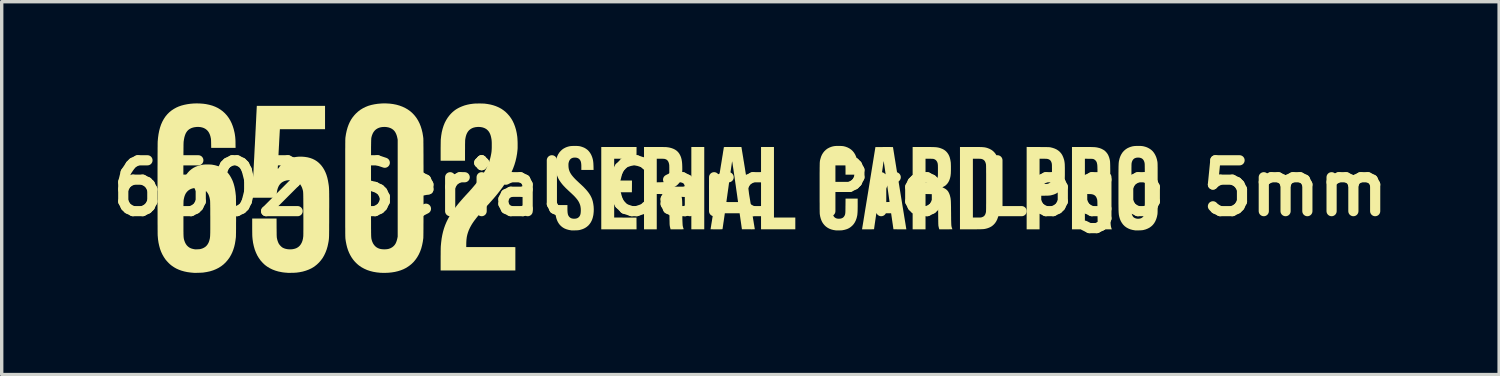
<source format=kicad_pcb>
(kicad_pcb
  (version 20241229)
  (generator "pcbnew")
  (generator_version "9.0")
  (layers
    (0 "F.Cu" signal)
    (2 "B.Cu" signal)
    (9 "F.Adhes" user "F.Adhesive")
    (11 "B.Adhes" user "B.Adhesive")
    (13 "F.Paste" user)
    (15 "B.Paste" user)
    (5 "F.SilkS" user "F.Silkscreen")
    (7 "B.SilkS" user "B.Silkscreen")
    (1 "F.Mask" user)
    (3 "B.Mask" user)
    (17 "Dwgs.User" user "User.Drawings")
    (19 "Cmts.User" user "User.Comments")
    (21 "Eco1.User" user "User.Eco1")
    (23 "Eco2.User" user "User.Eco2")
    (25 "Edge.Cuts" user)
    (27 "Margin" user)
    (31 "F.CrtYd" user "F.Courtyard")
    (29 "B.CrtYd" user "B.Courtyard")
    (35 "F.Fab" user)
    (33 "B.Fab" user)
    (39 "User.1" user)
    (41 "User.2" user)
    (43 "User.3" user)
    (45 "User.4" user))
  (footprint "6502 Serial Card Pro Logo 5mm"
    (layer "F.Cu")
    (at 19.086 2.5)
    (property "Reference" "6502 Serial Card Pro Logo 5mm" (at 0 0 0) (layer "F.SilkS") (effects (font (size 1.5 1.5) (thickness 0.3))))
    (attr board_only exclude_from_pos_files exclude_from_bom)
    (fp_poly (pts (xy -1.362 0) (xy -1.362 1.214) (xy -1.553 1.214) (xy -1.743 1.214) (xy -1.743 0) (xy -1.743 -1.214) (xy -1.553 -1.214) (xy -1.362 -1.214)) (stroke (width 0) (type solid)) (fill yes) (layer "F.SilkS"))
    (fp_poly (pts (xy 0.694 -0.173) (xy 0.694 0.867) (xy 1.009 0.867) (xy 1.324 0.867) (xy 1.324 1.041) (xy 1.324 1.214) (xy 0.819 1.214) (xy 0.313 1.214) (xy 0.313 0) (xy 0.313 -1.214) (xy 0.503 -1.214) (xy 0.694 -1.214)) (stroke (width 0) (type solid)) (fill yes) (layer "F.SilkS"))
    (fp_poly (pts (xy -3.36 -1.042) (xy -3.361 -0.869) (xy -3.69 -0.868) (xy -4.019 -0.867) (xy -4.019 -0.546) (xy -4.019 -0.224) (xy -3.757 -0.224) (xy -3.494 -0.224) (xy -3.495 -0.052) (xy -3.497 0.121) (xy -3.758 0.122) (xy -4.019 0.123) (xy -4.019 0.495) (xy -4.019 0.867) (xy -3.69 0.868) (xy -3.361 0.869) (xy -3.36 1.042) (xy -3.359 1.214) (xy -3.879 1.214) (xy -4.4 1.214) (xy -4.4 0) (xy -4.4 -1.214) (xy -3.879 -1.214) (xy -3.359 -1.214)) (stroke (width 0) (type solid)) (fill yes) (layer "F.SilkS"))
    (fp_poly (pts (xy 8.481 -1.213) (xy 8.543 -1.213) (xy 8.598 -1.212) (xy 8.645 -1.212) (xy 8.685 -1.212) (xy 8.72 -1.211) (xy 8.749 -1.211) (xy 8.773 -1.21) (xy 8.793 -1.209) (xy 8.809 -1.209) (xy 8.822 -1.208) (xy 8.833 -1.207) (xy 8.842 -1.206) (xy 8.849 -1.204) (xy 8.85 -1.204) (xy 8.919 -1.187) (xy 8.981 -1.165) (xy 9.037 -1.138) (xy 9.086 -1.105) (xy 9.129 -1.067) (xy 9.167 -1.023) (xy 9.199 -0.973) (xy 9.225 -0.916) (xy 9.237 -0.883) (xy 9.245 -0.858) (xy 9.252 -0.835) (xy 9.258 -0.812) (xy 9.262 -0.789) (xy 9.266 -0.764) (xy 9.269 -0.738) (xy 9.272 -0.708) (xy 9.273 -0.674) (xy 9.274 -0.635) (xy 9.275 -0.59) (xy 9.275 -0.538) (xy 9.275 -0.495) (xy 9.275 -0.438) (xy 9.275 -0.388) (xy 9.274 -0.345) (xy 9.273 -0.307) (xy 9.271 -0.274) (xy 9.269 -0.245) (xy 9.265 -0.219) (xy 9.261 -0.195) (xy 9.256 -0.172) (xy 9.25 -0.149) (xy 9.243 -0.126) (xy 9.237 -0.107) (xy 9.213 -0.047) (xy 9.184 0.007) (xy 9.149 0.055) (xy 9.108 0.097) (xy 9.062 0.133) (xy 9.009 0.163) (xy 8.95 0.188) (xy 8.885 0.206) (xy 8.85 0.214) (xy 8.836 0.216) (xy 8.821 0.218) (xy 8.802 0.219) (xy 8.779 0.221) (xy 8.751 0.222) (xy 8.717 0.222) (xy 8.676 0.223) (xy 8.669 0.223) (xy 8.529 0.225) (xy 8.529 0.72) (xy 8.529 1.214) (xy 8.338 1.214) (xy 8.148 1.214) (xy 8.148 -0.000234) (xy 8.148 -0.495) (xy 8.529 -0.495) (xy 8.529 -0.123) (xy 8.637 -0.123) (xy 8.674 -0.123) (xy 8.704 -0.123) (xy 8.728 -0.124) (xy 8.746 -0.125) (xy 8.759 -0.127) (xy 8.77 -0.129) (xy 8.803 -0.141) (xy 8.832 -0.159) (xy 8.855 -0.182) (xy 8.872 -0.209) (xy 8.877 -0.221) (xy 8.881 -0.232) (xy 8.884 -0.243) (xy 8.887 -0.255) (xy 8.889 -0.268) (xy 8.891 -0.284) (xy 8.893 -0.304) (xy 8.893 -0.328) (xy 8.894 -0.357) (xy 8.894 -0.391) (xy 8.895 -0.432) (xy 8.895 -0.481) (xy 8.895 -0.495) (xy 8.895 -0.543) (xy 8.895 -0.584) (xy 8.894 -0.618) (xy 8.894 -0.646) (xy 8.894 -0.668) (xy 8.893 -0.686) (xy 8.892 -0.7) (xy 8.891 -0.712) (xy 8.89 -0.721) (xy 8.888 -0.729) (xy 8.887 -0.734) (xy 8.876 -0.77) (xy 8.861 -0.799) (xy 8.843 -0.822) (xy 8.821 -0.839) (xy 8.81 -0.845) (xy 8.797 -0.851) (xy 8.784 -0.856) (xy 8.771 -0.86) (xy 8.756 -0.863) (xy 8.739 -0.865) (xy 8.717 -0.866) (xy 8.689 -0.867) (xy 8.655 -0.867) (xy 8.638 -0.867) (xy 8.529 -0.867) (xy 8.529 -0.495) (xy 8.148 -0.495) (xy 8.148 -1.215)) (stroke (width 0) (type solid)) (fill yes) (layer "F.SilkS"))
    (fp_poly (pts (xy 6.568 -1.214) (xy 6.628 -1.214) (xy 6.68 -1.214) (xy 6.725 -1.213) (xy 6.765 -1.213) (xy 6.8 -1.212) (xy 6.83 -1.211) (xy 6.856 -1.209) (xy 6.879 -1.207) (xy 6.899 -1.205) (xy 6.917 -1.202) (xy 6.934 -1.199) (xy 6.95 -1.195) (xy 6.967 -1.191) (xy 6.984 -1.186) (xy 6.995 -1.182) (xy 7.054 -1.159) (xy 7.107 -1.13) (xy 7.155 -1.095) (xy 7.198 -1.053) (xy 7.235 -1.005) (xy 7.266 -0.951) (xy 7.291 -0.891) (xy 7.311 -0.825) (xy 7.319 -0.786) (xy 7.321 -0.773) (xy 7.323 -0.759) (xy 7.325 -0.744) (xy 7.327 -0.728) (xy 7.328 -0.709) (xy 7.329 -0.688) (xy 7.33 -0.665) (xy 7.331 -0.638) (xy 7.332 -0.607) (xy 7.333 -0.572) (xy 7.334 -0.533) (xy 7.334 -0.488) (xy 7.335 -0.438) (xy 7.335 -0.383) (xy 7.335 -0.321) (xy 7.335 -0.252) (xy 7.335 -0.176) (xy 7.336 -0.092) (xy 7.336 -0.004) (xy 7.336 0.088) (xy 7.336 0.172) (xy 7.335 0.248) (xy 7.335 0.318) (xy 7.335 0.38) (xy 7.335 0.436) (xy 7.334 0.487) (xy 7.334 0.532) (xy 7.333 0.572) (xy 7.332 0.607) (xy 7.331 0.638) (xy 7.33 0.665) (xy 7.329 0.689) (xy 7.328 0.71) (xy 7.326 0.729) (xy 7.325 0.745) (xy 7.323 0.76) (xy 7.321 0.774) (xy 7.319 0.786) (xy 7.303 0.855) (xy 7.281 0.919) (xy 7.252 0.977) (xy 7.218 1.029) (xy 7.177 1.075) (xy 7.131 1.115) (xy 7.129 1.117) (xy 7.1 1.135) (xy 7.065 1.154) (xy 7.026 1.171) (xy 6.986 1.185) (xy 6.946 1.196) (xy 6.94 1.197) (xy 6.926 1.2) (xy 6.912 1.203) (xy 6.897 1.205) (xy 6.88 1.207) (xy 6.862 1.209) (xy 6.841 1.21) (xy 6.817 1.211) (xy 6.789 1.212) (xy 6.756 1.213) (xy 6.719 1.213) (xy 6.675 1.214) (xy 6.625 1.214) (xy 6.568 1.214) (xy 6.503 1.214) (xy 6.501 1.214) (xy 6.181 1.214) (xy 6.181 0) (xy 6.562 0) (xy 6.562 0.867) (xy 6.68 0.867) (xy 6.715 0.867) (xy 6.743 0.867) (xy 6.765 0.867) (xy 6.782 0.866) (xy 6.795 0.865) (xy 6.806 0.863) (xy 6.815 0.862) (xy 6.824 0.859) (xy 6.826 0.858) (xy 6.86 0.845) (xy 6.887 0.827) (xy 6.91 0.803) (xy 6.927 0.773) (xy 6.94 0.737) (xy 6.945 0.717) (xy 6.946 0.712) (xy 6.947 0.707) (xy 6.948 0.7) (xy 6.949 0.692) (xy 6.949 0.683) (xy 6.95 0.671) (xy 6.95 0.656) (xy 6.951 0.638) (xy 6.951 0.617) (xy 6.952 0.592) (xy 6.952 0.563) (xy 6.952 0.529) (xy 6.952 0.49) (xy 6.953 0.446) (xy 6.953 0.396) (xy 6.953 0.339) (xy 6.953 0.276) (xy 6.953 0.206) (xy 6.953 0.128) (xy 6.953 0.043) (xy 6.953 0) (xy 6.953 -0.089) (xy 6.953 -0.171) (xy 6.953 -0.244) (xy 6.953 -0.311) (xy 6.953 -0.37) (xy 6.953 -0.423) (xy 6.952 -0.47) (xy 6.952 -0.512) (xy 6.952 -0.548) (xy 6.952 -0.579) (xy 6.951 -0.606) (xy 6.951 -0.629) (xy 6.951 -0.648) (xy 6.95 -0.664) (xy 6.95 -0.677) (xy 6.949 -0.688) (xy 6.948 -0.697) (xy 6.948 -0.704) (xy 6.947 -0.71) (xy 6.946 -0.715) (xy 6.945 -0.717) (xy 6.933 -0.758) (xy 6.917 -0.792) (xy 6.896 -0.819) (xy 6.869 -0.84) (xy 6.837 -0.856) (xy 6.818 -0.861) (xy 6.808 -0.863) (xy 6.793 -0.865) (xy 6.774 -0.866) (xy 6.748 -0.867) (xy 6.715 -0.867) (xy 6.679 -0.867) (xy 6.562 -0.867) (xy 6.562 0) (xy 6.181 0) (xy 6.181 -1.214) (xy 6.501 -1.214)) (stroke (width 0) (type solid)) (fill yes) (layer "F.SilkS"))
    (fp_poly (pts (xy -5.143 -1.246) (xy -5.107 -1.244) (xy -5.077 -1.242) (xy -5.05 -1.239) (xy -5.024 -1.234) (xy -4.998 -1.227) (xy -4.969 -1.218) (xy -4.963 -1.216) (xy -4.904 -1.193) (xy -4.852 -1.163) (xy -4.805 -1.128) (xy -4.764 -1.086) (xy -4.728 -1.038) (xy -4.697 -0.984) (xy -4.671 -0.922) (xy -4.654 -0.867) (xy -4.647 -0.838) (xy -4.641 -0.807) (xy -4.637 -0.773) (xy -4.633 -0.736) (xy -4.631 -0.693) (xy -4.629 -0.644) (xy -4.629 -0.642) (xy -4.627 -0.537) (xy -4.807 -0.537) (xy -4.988 -0.537) (xy -4.988 -0.621) (xy -4.988 -0.665) (xy -4.99 -0.701) (xy -4.993 -0.732) (xy -4.997 -0.758) (xy -5.003 -0.781) (xy -5.011 -0.802) (xy -5.015 -0.811) (xy -5.035 -0.842) (xy -5.06 -0.867) (xy -5.09 -0.885) (xy -5.126 -0.897) (xy -5.166 -0.902) (xy -5.209 -0.901) (xy -5.247 -0.893) (xy -5.28 -0.879) (xy -5.308 -0.858) (xy -5.331 -0.83) (xy -5.349 -0.796) (xy -5.361 -0.755) (xy -5.365 -0.739) (xy -5.368 -0.711) (xy -5.368 -0.678) (xy -5.367 -0.642) (xy -5.364 -0.606) (xy -5.359 -0.574) (xy -5.354 -0.55) (xy -5.343 -0.516) (xy -5.33 -0.483) (xy -5.313 -0.45) (xy -5.293 -0.416) (xy -5.269 -0.382) (xy -5.24 -0.346) (xy -5.207 -0.308) (xy -5.168 -0.267) (xy -5.123 -0.223) (xy -5.072 -0.175) (xy -5.041 -0.146) (xy -4.977 -0.087) (xy -4.921 -0.033) (xy -4.871 0.019) (xy -4.827 0.068) (xy -4.788 0.116) (xy -4.755 0.162) (xy -4.726 0.207) (xy -4.702 0.252) (xy -4.681 0.297) (xy -4.664 0.344) (xy -4.65 0.392) (xy -4.649 0.396) (xy -4.635 0.467) (xy -4.625 0.542) (xy -4.621 0.619) (xy -4.623 0.695) (xy -4.63 0.769) (xy -4.637 0.811) (xy -4.654 0.882) (xy -4.677 0.946) (xy -4.706 1.004) (xy -4.741 1.056) (xy -4.781 1.102) (xy -4.828 1.142) (xy -4.88 1.176) (xy -4.938 1.204) (xy -5.002 1.225) (xy -5.045 1.236) (xy -5.063 1.239) (xy -5.082 1.241) (xy -5.104 1.243) (xy -5.13 1.245) (xy -5.162 1.245) (xy -5.178 1.246) (xy -5.206 1.246) (xy -5.232 1.246) (xy -5.254 1.246) (xy -5.271 1.246) (xy -5.282 1.246) (xy -5.284 1.245) (xy -5.355 1.233) (xy -5.42 1.215) (xy -5.479 1.192) (xy -5.532 1.162) (xy -5.579 1.126) (xy -5.621 1.085) (xy -5.655 1.04) (xy -5.681 0.997) (xy -5.702 0.952) (xy -5.72 0.904) (xy -5.734 0.853) (xy -5.745 0.796) (xy -5.752 0.734) (xy -5.756 0.666) (xy -5.758 0.593) (xy -5.758 0.499) (xy -5.578 0.499) (xy -5.398 0.499) (xy -5.398 0.594) (xy -5.398 0.644) (xy -5.396 0.687) (xy -5.393 0.724) (xy -5.388 0.754) (xy -5.382 0.781) (xy -5.373 0.803) (xy -5.362 0.823) (xy -5.349 0.841) (xy -5.342 0.849) (xy -5.318 0.87) (xy -5.291 0.886) (xy -5.259 0.896) (xy -5.223 0.901) (xy -5.2 0.902) (xy -5.162 0.9) (xy -5.131 0.894) (xy -5.104 0.884) (xy -5.079 0.869) (xy -5.062 0.854) (xy -5.043 0.833) (xy -5.028 0.808) (xy -5.017 0.778) (xy -5.009 0.743) (xy -5.005 0.702) (xy -5.003 0.656) (xy -5.005 0.599) (xy -5.012 0.547) (xy -5.023 0.499) (xy -5.041 0.452) (xy -5.058 0.415) (xy -5.079 0.378) (xy -5.107 0.338) (xy -5.141 0.296) (xy -5.179 0.253) (xy -5.222 0.209) (xy -5.253 0.18) (xy -5.273 0.161) (xy -5.297 0.138) (xy -5.324 0.114) (xy -5.351 0.088) (xy -5.377 0.065) (xy -5.381 0.061) (xy -5.447 -0.002) (xy -5.506 -0.063) (xy -5.557 -0.122) (xy -5.601 -0.18) (xy -5.639 -0.236) (xy -5.67 -0.292) (xy -5.695 -0.349) (xy -5.709 -0.386) (xy -5.726 -0.442) (xy -5.738 -0.498) (xy -5.745 -0.555) (xy -5.749 -0.617) (xy -5.749 -0.649) (xy -5.746 -0.73) (xy -5.737 -0.805) (xy -5.721 -0.875) (xy -5.7 -0.938) (xy -5.672 -0.997) (xy -5.638 -1.05) (xy -5.599 -1.095) (xy -5.556 -1.136) (xy -5.509 -1.169) (xy -5.458 -1.196) (xy -5.414 -1.214) (xy -5.382 -1.224) (xy -5.352 -1.232) (xy -5.322 -1.238) (xy -5.289 -1.242) (xy -5.253 -1.244) (xy -5.211 -1.246) (xy -5.184 -1.246)) (stroke (width 0) (type solid)) (fill yes) (layer "F.SilkS"))
    (fp_poly (pts (xy 9.862 -1.214) (xy 9.919 -1.214) (xy 9.969 -1.214) (xy 10.012 -1.213) (xy 10.05 -1.213) (xy 10.082 -1.212) (xy 10.11 -1.211) (xy 10.134 -1.21) (xy 10.156 -1.209) (xy 10.174 -1.207) (xy 10.191 -1.205) (xy 10.208 -1.203) (xy 10.223 -1.2) (xy 10.238 -1.197) (xy 10.303 -1.181) (xy 10.361 -1.158) (xy 10.413 -1.13) (xy 10.459 -1.096) (xy 10.499 -1.056) (xy 10.533 -1.011) (xy 10.561 -0.959) (xy 10.583 -0.901) (xy 10.591 -0.871) (xy 10.596 -0.853) (xy 10.6 -0.836) (xy 10.603 -0.819) (xy 10.606 -0.803) (xy 10.608 -0.786) (xy 10.609 -0.766) (xy 10.61 -0.743) (xy 10.611 -0.716) (xy 10.612 -0.683) (xy 10.613 -0.643) (xy 10.613 -0.606) (xy 10.614 -0.561) (xy 10.614 -0.523) (xy 10.614 -0.492) (xy 10.614 -0.466) (xy 10.613 -0.445) (xy 10.612 -0.427) (xy 10.611 -0.411) (xy 10.61 -0.397) (xy 10.608 -0.384) (xy 10.6 -0.337) (xy 10.59 -0.295) (xy 10.579 -0.258) (xy 10.569 -0.233) (xy 10.544 -0.182) (xy 10.514 -0.138) (xy 10.48 -0.101) (xy 10.439 -0.068) (xy 10.399 -0.044) (xy 10.385 -0.036) (xy 10.374 -0.03) (xy 10.368 -0.025) (xy 10.367 -0.024) (xy 10.371 -0.021) (xy 10.38 -0.016) (xy 10.394 -0.01) (xy 10.401 -0.007) (xy 10.445 0.015) (xy 10.483 0.042) (xy 10.516 0.076) (xy 10.544 0.117) (xy 10.568 0.164) (xy 10.586 0.218) (xy 10.596 0.254) (xy 10.6 0.274) (xy 10.604 0.294) (xy 10.607 0.314) (xy 10.61 0.334) (xy 10.612 0.357) (xy 10.614 0.381) (xy 10.615 0.408) (xy 10.617 0.44) (xy 10.617 0.475) (xy 10.618 0.517) (xy 10.618 0.564) (xy 10.619 0.618) (xy 10.619 0.68) (xy 10.619 0.752) (xy 10.619 0.816) (xy 10.62 0.873) (xy 10.62 0.923) (xy 10.621 0.967) (xy 10.623 1.005) (xy 10.624 1.039) (xy 10.626 1.068) (xy 10.629 1.094) (xy 10.632 1.116) (xy 10.635 1.135) (xy 10.64 1.153) (xy 10.644 1.169) (xy 10.649 1.185) (xy 10.65 1.187) (xy 10.661 1.214) (xy 10.467 1.214) (xy 10.273 1.214) (xy 10.268 1.198) (xy 10.257 1.158) (xy 10.25 1.122) (xy 10.246 1.096) (xy 10.245 1.085) (xy 10.244 1.067) (xy 10.243 1.041) (xy 10.242 1.009) (xy 10.242 0.971) (xy 10.241 0.927) (xy 10.24 0.879) (xy 10.239 0.826) (xy 10.239 0.769) (xy 10.238 0.713) (xy 10.237 0.65) (xy 10.237 0.596) (xy 10.236 0.549) (xy 10.236 0.508) (xy 10.235 0.474) (xy 10.235 0.445) (xy 10.234 0.42) (xy 10.234 0.401) (xy 10.233 0.384) (xy 10.232 0.371) (xy 10.231 0.361) (xy 10.23 0.352) (xy 10.229 0.345) (xy 10.228 0.338) (xy 10.226 0.332) (xy 10.226 0.331) (xy 10.213 0.291) (xy 10.196 0.257) (xy 10.176 0.231) (xy 10.151 0.21) (xy 10.13 0.198) (xy 10.111 0.19) (xy 10.091 0.184) (xy 10.068 0.179) (xy 10.042 0.176) (xy 10.01 0.174) (xy 9.972 0.174) (xy 9.952 0.173) (xy 9.866 0.173) (xy 9.866 0.694) (xy 9.866 1.214) (xy 9.675 1.214) (xy 9.485 1.214) (xy 9.485 0) (xy 9.485 -0.52) (xy 9.866 -0.52) (xy 9.866 -0.172) (xy 9.968 -0.175) (xy 10.003 -0.175) (xy 10.031 -0.176) (xy 10.052 -0.177) (xy 10.068 -0.179) (xy 10.081 -0.181) (xy 10.091 -0.183) (xy 10.094 -0.184) (xy 10.122 -0.194) (xy 10.145 -0.207) (xy 10.166 -0.223) (xy 10.169 -0.226) (xy 10.185 -0.242) (xy 10.198 -0.26) (xy 10.209 -0.281) (xy 10.219 -0.305) (xy 10.226 -0.334) (xy 10.231 -0.367) (xy 10.235 -0.405) (xy 10.237 -0.449) (xy 10.237 -0.501) (xy 10.237 -0.559) (xy 10.236 -0.573) (xy 10.235 -0.615) (xy 10.234 -0.649) (xy 10.232 -0.678) (xy 10.229 -0.702) (xy 10.225 -0.722) (xy 10.221 -0.741) (xy 10.216 -0.758) (xy 10.212 -0.768) (xy 10.199 -0.793) (xy 10.18 -0.816) (xy 10.157 -0.837) (xy 10.132 -0.852) (xy 10.126 -0.855) (xy 10.118 -0.858) (xy 10.11 -0.86) (xy 10.102 -0.862) (xy 10.091 -0.863) (xy 10.078 -0.864) (xy 10.06 -0.865) (xy 10.036 -0.866) (xy 10.006 -0.866) (xy 9.983 -0.866) (xy 9.866 -0.868) (xy 9.866 -0.52) (xy 9.485 -0.52) (xy 9.485 -1.214) (xy 9.797 -1.214)) (stroke (width 0) (type solid)) (fill yes) (layer "F.SilkS"))
    (fp_poly (pts (xy -2.769 -1.214) (xy -2.713 -1.214) (xy -2.661 -1.214) (xy -2.615 -1.213) (xy -2.573 -1.213) (xy -2.538 -1.212) (xy -2.51 -1.211) (xy -2.488 -1.211) (xy -2.475 -1.21) (xy -2.474 -1.21) (xy -2.402 -1.2) (xy -2.337 -1.184) (xy -2.278 -1.163) (xy -2.225 -1.137) (xy -2.179 -1.106) (xy -2.138 -1.068) (xy -2.104 -1.025) (xy -2.075 -0.975) (xy -2.051 -0.92) (xy -2.033 -0.858) (xy -2.027 -0.827) (xy -2.021 -0.79) (xy -2.016 -0.747) (xy -2.013 -0.699) (xy -2.011 -0.647) (xy -2.01 -0.594) (xy -2.01 -0.54) (xy -2.012 -0.488) (xy -2.015 -0.438) (xy -2.019 -0.393) (xy -2.024 -0.355) (xy -2.026 -0.339) (xy -2.038 -0.293) (xy -2.052 -0.249) (xy -2.07 -0.207) (xy -2.082 -0.183) (xy -2.105 -0.149) (xy -2.133 -0.116) (xy -2.166 -0.086) (xy -2.2 -0.06) (xy -2.234 -0.04) (xy -2.24 -0.038) (xy -2.253 -0.031) (xy -2.258 -0.025) (xy -2.256 -0.021) (xy -2.247 -0.016) (xy -2.2 0.006) (xy -2.159 0.032) (xy -2.124 0.062) (xy -2.095 0.098) (xy -2.071 0.14) (xy -2.05 0.189) (xy -2.047 0.197) (xy -2.04 0.219) (xy -2.034 0.241) (xy -2.029 0.262) (xy -2.024 0.285) (xy -2.02 0.309) (xy -2.017 0.336) (xy -2.015 0.366) (xy -2.013 0.401) (xy -2.012 0.439) (xy -2.011 0.484) (xy -2.01 0.534) (xy -2.01 0.592) (xy -2.009 0.651) (xy -2.009 0.735) (xy -2.009 0.81) (xy -2.008 0.877) (xy -2.007 0.936) (xy -2.005 0.988) (xy -2.003 1.031) (xy -2.001 1.067) (xy -1.999 1.096) (xy -1.996 1.117) (xy -1.995 1.121) (xy -1.984 1.166) (xy -1.969 1.207) (xy -1.969 1.208) (xy -1.97 1.21) (xy -1.973 1.211) (xy -1.979 1.212) (xy -1.988 1.213) (xy -2.002 1.213) (xy -2.02 1.214) (xy -2.045 1.214) (xy -2.075 1.214) (xy -2.112 1.214) (xy -2.157 1.214) (xy -2.161 1.214) (xy -2.355 1.214) (xy -2.358 1.205) (xy -2.36 1.196) (xy -2.363 1.182) (xy -2.368 1.165) (xy -2.369 1.161) (xy -2.374 1.141) (xy -2.378 1.116) (xy -2.382 1.092) (xy -2.382 1.087) (xy -2.383 1.077) (xy -2.384 1.058) (xy -2.385 1.033) (xy -2.385 1.002) (xy -2.386 0.965) (xy -2.387 0.923) (xy -2.388 0.877) (xy -2.388 0.828) (xy -2.389 0.776) (xy -2.39 0.722) (xy -2.39 0.704) (xy -2.391 0.642) (xy -2.391 0.588) (xy -2.392 0.542) (xy -2.392 0.501) (xy -2.393 0.467) (xy -2.393 0.439) (xy -2.394 0.415) (xy -2.394 0.396) (xy -2.395 0.38) (xy -2.396 0.367) (xy -2.397 0.357) (xy -2.398 0.348) (xy -2.399 0.341) (xy -2.4 0.335) (xy -2.402 0.329) (xy -2.402 0.328) (xy -2.415 0.289) (xy -2.431 0.257) (xy -2.451 0.232) (xy -2.474 0.212) (xy -2.498 0.198) (xy -2.517 0.19) (xy -2.537 0.184) (xy -2.56 0.18) (xy -2.586 0.176) (xy -2.617 0.174) (xy -2.655 0.174) (xy -2.676 0.173) (xy -2.763 0.173) (xy -2.763 0.694) (xy -2.763 1.214) (xy -2.951 1.214) (xy -3.139 1.214) (xy -3.139 0) (xy -3.139 -0.52) (xy -2.763 -0.52) (xy -2.763 -0.172) (xy -2.66 -0.174) (xy -2.627 -0.175) (xy -2.601 -0.176) (xy -2.58 -0.177) (xy -2.565 -0.178) (xy -2.552 -0.18) (xy -2.542 -0.182) (xy -2.532 -0.185) (xy -2.529 -0.186) (xy -2.492 -0.202) (xy -2.46 -0.224) (xy -2.434 -0.253) (xy -2.418 -0.278) (xy -2.414 -0.288) (xy -2.409 -0.304) (xy -2.404 -0.323) (xy -2.402 -0.329) (xy -2.4 -0.339) (xy -2.398 -0.349) (xy -2.396 -0.359) (xy -2.395 -0.371) (xy -2.394 -0.386) (xy -2.393 -0.405) (xy -2.393 -0.428) (xy -2.393 -0.457) (xy -2.393 -0.492) (xy -2.393 -0.52) (xy -2.393 -0.562) (xy -2.393 -0.597) (xy -2.393 -0.625) (xy -2.394 -0.648) (xy -2.394 -0.666) (xy -2.395 -0.682) (xy -2.397 -0.694) (xy -2.399 -0.706) (xy -2.4 -0.713) (xy -2.411 -0.754) (xy -2.426 -0.788) (xy -2.445 -0.815) (xy -2.469 -0.837) (xy -2.498 -0.852) (xy -2.524 -0.861) (xy -2.535 -0.863) (xy -2.549 -0.865) (xy -2.567 -0.866) (xy -2.59 -0.867) (xy -2.62 -0.867) (xy -2.656 -0.867) (xy -2.763 -0.867) (xy -2.763 -0.52) (xy -3.139 -0.52) (xy -3.139 -1.214) (xy -2.829 -1.214)) (stroke (width 0) (type solid)) (fill yes) (layer "F.SilkS"))
    (fp_poly (pts (xy -0.264 -1.205) (xy -0.264 -1.2) (xy -0.261 -1.187) (xy -0.258 -1.166) (xy -0.253 -1.138) (xy -0.248 -1.103) (xy -0.241 -1.062) (xy -0.233 -1.014) (xy -0.224 -0.959) (xy -0.214 -0.9) (xy -0.204 -0.835) (xy -0.192 -0.765) (xy -0.18 -0.69) (xy -0.167 -0.611) (xy -0.154 -0.528) (xy -0.14 -0.441) (xy -0.125 -0.351) (xy -0.11 -0.257) (xy -0.094 -0.162) (xy -0.078 -0.063) (xy -0.068 0.002) (xy -0.051 0.102) (xy -0.036 0.199) (xy -0.02 0.294) (xy -0.005 0.386) (xy 0.009 0.475) (xy 0.023 0.56) (xy 0.036 0.642) (xy 0.049 0.72) (xy 0.061 0.793) (xy 0.072 0.861) (xy 0.082 0.924) (xy 0.092 0.982) (xy 0.1 1.034) (xy 0.108 1.08) (xy 0.114 1.119) (xy 0.119 1.151) (xy 0.124 1.177) (xy 0.127 1.195) (xy 0.128 1.205) (xy 0.129 1.207) (xy 0.129 1.209) (xy 0.127 1.21) (xy 0.124 1.211) (xy 0.118 1.212) (xy 0.108 1.213) (xy 0.095 1.213) (xy 0.076 1.213) (xy 0.052 1.214) (xy 0.021 1.214) (xy -0.016 1.213) (xy -0.061 1.213) (xy -0.251 1.212) (xy -0.285 0.976) (xy -0.319 0.74) (xy -0.537 0.74) (xy -0.755 0.74) (xy -0.788 0.97) (xy -0.795 1.013) (xy -0.801 1.054) (xy -0.806 1.092) (xy -0.811 1.125) (xy -0.815 1.154) (xy -0.819 1.178) (xy -0.821 1.195) (xy -0.823 1.205) (xy -0.823 1.207) (xy -0.824 1.209) (xy -0.827 1.21) (xy -0.831 1.211) (xy -0.838 1.212) (xy -0.849 1.213) (xy -0.864 1.213) (xy -0.885 1.214) (xy -0.911 1.214) (xy -0.944 1.214) (xy -0.984 1.214) (xy -1.001 1.214) (xy -1.038 1.214) (xy -1.073 1.214) (xy -1.104 1.214) (xy -1.131 1.213) (xy -1.152 1.213) (xy -1.167 1.212) (xy -1.175 1.212) (xy -1.176 1.212) (xy -1.175 1.207) (xy -1.173 1.195) (xy -1.17 1.175) (xy -1.166 1.148) (xy -1.16 1.113) (xy -1.154 1.072) (xy -1.146 1.024) (xy -1.137 0.971) (xy -1.128 0.912) (xy -1.117 0.847) (xy -1.106 0.777) (xy -1.094 0.703) (xy -1.081 0.624) (xy -1.067 0.541) (xy -1.053 0.454) (xy -1.045 0.405) (xy -0.709 0.405) (xy -0.708 0.406) (xy -0.705 0.407) (xy -0.698 0.408) (xy -0.688 0.409) (xy -0.674 0.41) (xy -0.654 0.41) (xy -0.628 0.41) (xy -0.596 0.41) (xy -0.556 0.41) (xy -0.538 0.41) (xy -0.365 0.41) (xy -0.37 0.373) (xy -0.381 0.298) (xy -0.391 0.222) (xy -0.402 0.145) (xy -0.413 0.069) (xy -0.424 -0.008) (xy -0.434 -0.083) (xy -0.445 -0.157) (xy -0.455 -0.229) (xy -0.465 -0.299) (xy -0.475 -0.366) (xy -0.484 -0.429) (xy -0.493 -0.49) (xy -0.501 -0.546) (xy -0.509 -0.597) (xy -0.516 -0.643) (xy -0.522 -0.684) (xy -0.527 -0.719) (xy -0.532 -0.748) (xy -0.535 -0.77) (xy -0.538 -0.784) (xy -0.539 -0.791) (xy -0.539 -0.791) (xy -0.54 -0.787) (xy -0.543 -0.775) (xy -0.546 -0.755) (xy -0.55 -0.728) (xy -0.555 -0.694) (xy -0.561 -0.654) (xy -0.568 -0.608) (xy -0.575 -0.555) (xy -0.584 -0.498) (xy -0.592 -0.436) (xy -0.602 -0.369) (xy -0.612 -0.298) (xy -0.622 -0.223) (xy -0.625 -0.198) (xy -0.635 -0.128) (xy -0.644 -0.06) (xy -0.653 0.005) (xy -0.662 0.067) (xy -0.67 0.125) (xy -0.678 0.179) (xy -0.684 0.228) (xy -0.691 0.272) (xy -0.696 0.311) (xy -0.701 0.343) (xy -0.704 0.369) (xy -0.707 0.388) (xy -0.709 0.4) (xy -0.709 0.403) (xy -0.709 0.405) (xy -1.045 0.405) (xy -1.039 0.364) (xy -1.023 0.271) (xy -1.008 0.175) (xy -0.992 0.077) (xy -0.979 0.000317) (xy -0.963 -0.1) (xy -0.947 -0.197) (xy -0.932 -0.293) (xy -0.917 -0.385) (xy -0.902 -0.474) (xy -0.888 -0.56) (xy -0.875 -0.642) (xy -0.862 -0.72) (xy -0.85 -0.793) (xy -0.839 -0.862) (xy -0.829 -0.926) (xy -0.819 -0.983) (xy -0.811 -1.036) (xy -0.804 -1.082) (xy -0.797 -1.121) (xy -0.792 -1.154) (xy -0.788 -1.18) (xy -0.785 -1.198) (xy -0.783 -1.209) (xy -0.783 -1.211) (xy -0.779 -1.212) (xy -0.767 -1.212) (xy -0.748 -1.213) (xy -0.723 -1.213) (xy -0.692 -1.213) (xy -0.656 -1.214) (xy -0.617 -1.214) (xy -0.574 -1.214) (xy -0.528 -1.214) (xy -0.525 -1.214) (xy -0.267 -1.214)) (stroke (width 0) (type solid)) (fill yes) (layer "F.SilkS"))
    (fp_poly (pts (xy 4.095 -1.213) (xy 4.132 -1.213) (xy 4.161 -1.212) (xy 4.184 -1.212) (xy 4.198 -1.211) (xy 4.205 -1.21) (xy 4.205 -1.21) (xy 4.206 -1.206) (xy 4.208 -1.193) (xy 4.211 -1.174) (xy 4.215 -1.147) (xy 4.221 -1.113) (xy 4.227 -1.073) (xy 4.235 -1.027) (xy 4.243 -0.975) (xy 4.252 -0.918) (xy 4.262 -0.857) (xy 4.273 -0.791) (xy 4.284 -0.721) (xy 4.296 -0.648) (xy 4.308 -0.572) (xy 4.321 -0.493) (xy 4.335 -0.411) (xy 4.348 -0.328) (xy 4.362 -0.243) (xy 4.376 -0.157) (xy 4.39 -0.071) (xy 4.404 0.016) (xy 4.418 0.103) (xy 4.432 0.189) (xy 4.446 0.275) (xy 4.46 0.359) (xy 4.473 0.441) (xy 4.486 0.522) (xy 4.499 0.599) (xy 4.511 0.674) (xy 4.523 0.746) (xy 4.534 0.814) (xy 4.544 0.877) (xy 4.554 0.937) (xy 4.563 0.991) (xy 4.571 1.04) (xy 4.578 1.083) (xy 4.584 1.12) (xy 4.589 1.151) (xy 4.593 1.175) (xy 4.595 1.191) (xy 4.597 1.199) (xy 4.597 1.2) (xy 4.6 1.214) (xy 4.409 1.214) (xy 4.366 1.214) (xy 4.327 1.214) (xy 4.293 1.213) (xy 4.265 1.213) (xy 4.242 1.212) (xy 4.227 1.212) (xy 4.219 1.211) (xy 4.218 1.21) (xy 4.217 1.206) (xy 4.216 1.193) (xy 4.213 1.175) (xy 4.21 1.15) (xy 4.205 1.121) (xy 4.201 1.089) (xy 4.196 1.054) (xy 4.19 1.017) (xy 4.185 0.979) (xy 4.179 0.941) (xy 4.174 0.904) (xy 4.169 0.869) (xy 4.164 0.837) (xy 4.16 0.809) (xy 4.157 0.785) (xy 4.154 0.768) (xy 4.153 0.757) (xy 4.152 0.754) (xy 4.15 0.74) (xy 3.932 0.74) (xy 3.715 0.74) (xy 3.712 0.754) (xy 3.711 0.763) (xy 3.709 0.778) (xy 3.705 0.8) (xy 3.702 0.826) (xy 3.697 0.857) (xy 3.692 0.891) (xy 3.687 0.928) (xy 3.681 0.965) (xy 3.676 1.003) (xy 3.67 1.041) (xy 3.665 1.077) (xy 3.66 1.11) (xy 3.656 1.14) (xy 3.652 1.166) (xy 3.65 1.187) (xy 3.648 1.201) (xy 3.647 1.208) (xy 3.647 1.209) (xy 3.645 1.21) (xy 3.641 1.211) (xy 3.632 1.212) (xy 3.619 1.213) (xy 3.6 1.213) (xy 3.575 1.214) (xy 3.544 1.214) (xy 3.506 1.214) (xy 3.47 1.214) (xy 3.293 1.214) (xy 3.295 1.203) (xy 3.295 1.197) (xy 3.297 1.184) (xy 3.301 1.164) (xy 3.305 1.135) (xy 3.311 1.1) (xy 3.318 1.058) (xy 3.326 1.01) (xy 3.335 0.956) (xy 3.344 0.896) (xy 3.355 0.831) (xy 3.366 0.761) (xy 3.378 0.686) (xy 3.391 0.606) (xy 3.405 0.523) (xy 3.419 0.436) (xy 3.424 0.405) (xy 3.761 0.405) (xy 3.762 0.406) (xy 3.767 0.407) (xy 3.776 0.408) (xy 3.79 0.409) (xy 3.809 0.41) (xy 3.834 0.41) (xy 3.866 0.41) (xy 3.905 0.41) (xy 3.932 0.41) (xy 3.969 0.41) (xy 4.004 0.41) (xy 4.034 0.41) (xy 4.061 0.409) (xy 4.081 0.409) (xy 4.096 0.408) (xy 4.103 0.407) (xy 4.104 0.407) (xy 4.103 0.402) (xy 4.101 0.389) (xy 4.099 0.369) (xy 4.095 0.342) (xy 4.09 0.309) (xy 4.085 0.271) (xy 4.079 0.228) (xy 4.072 0.181) (xy 4.065 0.13) (xy 4.057 0.075) (xy 4.049 0.019) (xy 4.041 -0.04) (xy 4.032 -0.1) (xy 4.023 -0.161) (xy 4.015 -0.223) (xy 4.006 -0.284) (xy 3.997 -0.344) (xy 3.989 -0.403) (xy 3.981 -0.46) (xy 3.973 -0.514) (xy 3.966 -0.565) (xy 3.959 -0.612) (xy 3.953 -0.655) (xy 3.947 -0.693) (xy 3.942 -0.726) (xy 3.938 -0.752) (xy 3.935 -0.772) (xy 3.933 -0.785) (xy 3.932 -0.79) (xy 3.932 -0.79) (xy 3.928 -0.79) (xy 3.928 -0.79) (xy 3.927 -0.786) (xy 3.925 -0.774) (xy 3.922 -0.754) (xy 3.919 -0.728) (xy 3.914 -0.696) (xy 3.909 -0.659) (xy 3.903 -0.616) (xy 3.896 -0.569) (xy 3.889 -0.519) (xy 3.881 -0.465) (xy 3.873 -0.408) (xy 3.865 -0.35) (xy 3.857 -0.29) (xy 3.848 -0.229) (xy 3.839 -0.167) (xy 3.831 -0.106) (xy 3.823 -0.046) (xy 3.814 0.013) (xy 3.807 0.07) (xy 3.799 0.124) (xy 3.792 0.176) (xy 3.785 0.223) (xy 3.779 0.266) (xy 3.774 0.305) (xy 3.77 0.338) (xy 3.766 0.365) (xy 3.763 0.386) (xy 3.762 0.399) (xy 3.761 0.405) (xy 3.761 0.405) (xy 3.424 0.405) (xy 3.434 0.346) (xy 3.449 0.253) (xy 3.465 0.157) (xy 3.481 0.058) (xy 3.492 -0.011) (xy 3.687 -1.212) (xy 3.946 -1.213) (xy 4.002 -1.213) (xy 4.052 -1.213)) (stroke (width 0) (type solid)) (fill yes) (layer "F.SilkS"))
    (fp_poly (pts (xy 5.166 -1.214) (xy 5.227 -1.214) (xy 5.28 -1.214) (xy 5.327 -1.213) (xy 5.368 -1.212) (xy 5.404 -1.211) (xy 5.435 -1.21) (xy 5.463 -1.208) (xy 5.487 -1.206) (xy 5.509 -1.203) (xy 5.529 -1.199) (xy 5.547 -1.196) (xy 5.566 -1.191) (xy 5.584 -1.186) (xy 5.603 -1.18) (xy 5.608 -1.178) (xy 5.663 -1.157) (xy 5.712 -1.131) (xy 5.754 -1.1) (xy 5.781 -1.074) (xy 5.814 -1.035) (xy 5.842 -0.992) (xy 5.865 -0.945) (xy 5.883 -0.893) (xy 5.897 -0.835) (xy 5.908 -0.769) (xy 5.91 -0.752) (xy 5.911 -0.734) (xy 5.912 -0.708) (xy 5.913 -0.677) (xy 5.914 -0.643) (xy 5.914 -0.606) (xy 5.914 -0.568) (xy 5.914 -0.53) (xy 5.913 -0.495) (xy 5.912 -0.463) (xy 5.911 -0.436) (xy 5.91 -0.425) (xy 5.902 -0.355) (xy 5.887 -0.291) (xy 5.867 -0.233) (xy 5.842 -0.182) (xy 5.811 -0.136) (xy 5.775 -0.097) (xy 5.733 -0.064) (xy 5.687 -0.038) (xy 5.672 -0.031) (xy 5.666 -0.025) (xy 5.667 -0.021) (xy 5.674 -0.018) (xy 5.682 -0.015) (xy 5.695 -0.009) (xy 5.711 -0.001) (xy 5.72 0.003) (xy 5.758 0.026) (xy 5.793 0.054) (xy 5.822 0.085) (xy 5.823 0.086) (xy 5.84 0.112) (xy 5.856 0.143) (xy 5.871 0.178) (xy 5.884 0.215) (xy 5.889 0.235) (xy 5.893 0.252) (xy 5.897 0.269) (xy 5.901 0.285) (xy 5.904 0.301) (xy 5.906 0.318) (xy 5.908 0.337) (xy 5.91 0.357) (xy 5.912 0.381) (xy 5.913 0.407) (xy 5.914 0.438) (xy 5.915 0.474) (xy 5.916 0.515) (xy 5.917 0.562) (xy 5.917 0.615) (xy 5.918 0.676) (xy 5.919 0.734) (xy 5.919 0.799) (xy 5.92 0.857) (xy 5.92 0.907) (xy 5.921 0.951) (xy 5.922 0.988) (xy 5.923 1.021) (xy 5.924 1.048) (xy 5.925 1.071) (xy 5.926 1.091) (xy 5.928 1.107) (xy 5.93 1.121) (xy 5.932 1.134) (xy 5.935 1.145) (xy 5.938 1.155) (xy 5.941 1.166) (xy 5.945 1.177) (xy 5.946 1.179) (xy 5.951 1.194) (xy 5.955 1.205) (xy 5.957 1.211) (xy 5.957 1.211) (xy 5.952 1.212) (xy 5.941 1.213) (xy 5.922 1.213) (xy 5.898 1.213) (xy 5.868 1.214) (xy 5.835 1.214) (xy 5.797 1.214) (xy 5.764 1.214) (xy 5.572 1.214) (xy 5.565 1.193) (xy 5.561 1.179) (xy 5.556 1.16) (xy 5.551 1.14) (xy 5.55 1.133) (xy 5.548 1.125) (xy 5.547 1.118) (xy 5.545 1.11) (xy 5.544 1.1) (xy 5.543 1.089) (xy 5.543 1.075) (xy 5.542 1.058) (xy 5.541 1.037) (xy 5.541 1.011) (xy 5.54 0.981) (xy 5.54 0.946) (xy 5.539 0.904) (xy 5.539 0.856) (xy 5.538 0.8) (xy 5.538 0.737) (xy 5.538 0.736) (xy 5.537 0.671) (xy 5.537 0.613) (xy 5.536 0.563) (xy 5.535 0.52) (xy 5.535 0.482) (xy 5.534 0.45) (xy 5.533 0.423) (xy 5.532 0.4) (xy 5.531 0.381) (xy 5.53 0.365) (xy 5.528 0.352) (xy 5.526 0.34) (xy 5.524 0.329) (xy 5.521 0.32) (xy 5.518 0.31) (xy 5.515 0.3) (xy 5.513 0.296) (xy 5.498 0.262) (xy 5.478 0.235) (xy 5.453 0.213) (xy 5.422 0.195) (xy 5.388 0.183) (xy 5.376 0.18) (xy 5.358 0.178) (xy 5.334 0.177) (xy 5.303 0.176) (xy 5.266 0.175) (xy 5.165 0.173) (xy 5.165 0.693) (xy 5.165 1.214) (xy 4.975 1.214) (xy 4.785 1.214) (xy 4.785 0) (xy 4.785 -0.52) (xy 5.165 -0.52) (xy 5.165 -0.173) (xy 5.266 -0.175) (xy 5.303 -0.176) (xy 5.333 -0.177) (xy 5.357 -0.178) (xy 5.374 -0.18) (xy 5.386 -0.182) (xy 5.389 -0.183) (xy 5.427 -0.198) (xy 5.459 -0.217) (xy 5.484 -0.243) (xy 5.504 -0.274) (xy 5.519 -0.312) (xy 5.522 -0.319) (xy 5.524 -0.328) (xy 5.526 -0.337) (xy 5.527 -0.346) (xy 5.529 -0.356) (xy 5.53 -0.37) (xy 5.53 -0.386) (xy 5.531 -0.407) (xy 5.531 -0.433) (xy 5.531 -0.465) (xy 5.531 -0.505) (xy 5.531 -0.522) (xy 5.531 -0.57) (xy 5.531 -0.609) (xy 5.53 -0.642) (xy 5.53 -0.669) (xy 5.528 -0.692) (xy 5.526 -0.711) (xy 5.524 -0.726) (xy 5.52 -0.74) (xy 5.516 -0.753) (xy 5.511 -0.766) (xy 5.507 -0.776) (xy 5.488 -0.806) (xy 5.464 -0.831) (xy 5.434 -0.85) (xy 5.4 -0.862) (xy 5.398 -0.863) (xy 5.388 -0.864) (xy 5.372 -0.865) (xy 5.35 -0.866) (xy 5.324 -0.867) (xy 5.294 -0.867) (xy 5.272 -0.867) (xy 5.165 -0.867) (xy 5.165 -0.52) (xy 4.785 -0.52) (xy 4.785 -1.214) (xy 5.098 -1.214)) (stroke (width 0) (type solid)) (fill yes) (layer "F.SilkS"))
    (fp_poly (pts (xy -7.953 -2.497) (xy -7.915 -2.497) (xy -7.881 -2.495) (xy -7.853 -2.494) (xy -7.839 -2.493) (xy -7.75 -2.481) (xy -7.668 -2.466) (xy -7.591 -2.446) (xy -7.518 -2.422) (xy -7.448 -2.393) (xy -7.41 -2.375) (xy -7.345 -2.339) (xy -7.285 -2.298) (xy -7.227 -2.252) (xy -7.171 -2.198) (xy -7.169 -2.195) (xy -7.112 -2.131) (xy -7.061 -2.061) (xy -7.016 -1.986) (xy -6.977 -1.904) (xy -6.944 -1.818) (xy -6.916 -1.725) (xy -6.894 -1.626) (xy -6.878 -1.521) (xy -6.877 -1.508) (xy -6.874 -1.481) (xy -6.872 -1.447) (xy -6.87 -1.408) (xy -6.868 -1.366) (xy -6.867 -1.322) (xy -6.867 -1.279) (xy -6.867 -1.237) (xy -6.867 -1.198) (xy -6.868 -1.165) (xy -6.87 -1.138) (xy -6.87 -1.137) (xy -6.883 -1.021) (xy -6.903 -0.908) (xy -6.929 -0.796) (xy -6.962 -0.686) (xy -7.002 -0.577) (xy -7.049 -0.469) (xy -7.103 -0.36) (xy -7.164 -0.251) (xy -7.234 -0.141) (xy -7.311 -0.029) (xy -7.324 -0.011) (xy -7.367 0.047) (xy -7.411 0.104) (xy -7.455 0.161) (xy -7.502 0.218) (xy -7.552 0.277) (xy -7.605 0.338) (xy -7.662 0.402) (xy -7.723 0.471) (xy -7.789 0.542) (xy -7.855 0.613) (xy -7.915 0.68) (xy -7.969 0.742) (xy -8.019 0.8) (xy -8.063 0.853) (xy -8.103 0.904) (xy -8.14 0.952) (xy -8.172 0.997) (xy -8.201 1.04) (xy -8.227 1.082) (xy -8.25 1.123) (xy -8.272 1.164) (xy -8.275 1.17) (xy -8.307 1.239) (xy -8.332 1.307) (xy -8.352 1.374) (xy -8.367 1.443) (xy -8.376 1.516) (xy -8.381 1.593) (xy -8.382 1.641) (xy -8.383 1.737) (xy -7.658 1.738) (xy -6.934 1.739) (xy -6.934 2.084) (xy -6.934 2.428) (xy -8.036 2.428) (xy -9.138 2.428) (xy -9.138 2.106) (xy -9.138 2.052) (xy -9.138 2) (xy -9.137 1.95) (xy -9.137 1.902) (xy -9.137 1.858) (xy -9.136 1.819) (xy -9.136 1.785) (xy -9.135 1.756) (xy -9.134 1.735) (xy -9.134 1.722) (xy -9.123 1.603) (xy -9.109 1.49) (xy -9.09 1.383) (xy -9.066 1.281) (xy -9.038 1.184) (xy -9.004 1.089) (xy -8.965 0.996) (xy -8.92 0.905) (xy -8.869 0.814) (xy -8.84 0.768) (xy -8.803 0.71) (xy -8.764 0.653) (xy -8.723 0.595) (xy -8.678 0.537) (xy -8.631 0.477) (xy -8.579 0.415) (xy -8.523 0.35) (xy -8.462 0.281) (xy -8.395 0.207) (xy -8.386 0.198) (xy -8.341 0.149) (xy -8.3 0.105) (xy -8.264 0.064) (xy -8.231 0.027) (xy -8.2 -0.009) (xy -8.17 -0.044) (xy -8.148 -0.07) (xy -8.073 -0.161) (xy -8.006 -0.248) (xy -7.945 -0.331) (xy -7.89 -0.412) (xy -7.842 -0.491) (xy -7.799 -0.568) (xy -7.761 -0.644) (xy -7.729 -0.72) (xy -7.701 -0.795) (xy -7.678 -0.871) (xy -7.659 -0.949) (xy -7.644 -1.028) (xy -7.637 -1.075) (xy -7.635 -1.099) (xy -7.633 -1.13) (xy -7.631 -1.166) (xy -7.63 -1.205) (xy -7.63 -1.245) (xy -7.63 -1.286) (xy -7.63 -1.325) (xy -7.631 -1.361) (xy -7.633 -1.392) (xy -7.635 -1.416) (xy -7.635 -1.421) (xy -7.646 -1.485) (xy -7.659 -1.541) (xy -7.676 -1.591) (xy -7.696 -1.634) (xy -7.72 -1.672) (xy -7.747 -1.704) (xy -7.779 -1.733) (xy -7.8 -1.748) (xy -7.845 -1.772) (xy -7.895 -1.79) (xy -7.95 -1.801) (xy -8.009 -1.806) (xy -8.049 -1.805) (xy -8.109 -1.799) (xy -8.165 -1.786) (xy -8.214 -1.767) (xy -8.258 -1.741) (xy -8.297 -1.71) (xy -8.33 -1.672) (xy -8.358 -1.627) (xy -8.359 -1.625) (xy -8.381 -1.574) (xy -8.398 -1.516) (xy -8.41 -1.453) (xy -8.415 -1.418) (xy -8.415 -1.406) (xy -8.416 -1.388) (xy -8.416 -1.362) (xy -8.417 -1.33) (xy -8.418 -1.293) (xy -8.418 -1.252) (xy -8.418 -1.208) (xy -8.418 -1.16) (xy -8.419 -1.111) (xy -8.419 -1.093) (xy -8.419 -0.808) (xy -8.778 -0.808) (xy -9.138 -0.808) (xy -9.138 -1.093) (xy -9.138 -1.143) (xy -9.138 -1.192) (xy -9.137 -1.239) (xy -9.137 -1.283) (xy -9.136 -1.324) (xy -9.136 -1.36) (xy -9.135 -1.39) (xy -9.135 -1.414) (xy -9.134 -1.431) (xy -9.134 -1.434) (xy -9.122 -1.545) (xy -9.105 -1.649) (xy -9.081 -1.748) (xy -9.052 -1.84) (xy -9.017 -1.927) (xy -8.975 -2.007) (xy -8.928 -2.082) (xy -8.875 -2.151) (xy -8.838 -2.193) (xy -8.788 -2.242) (xy -8.738 -2.284) (xy -8.686 -2.322) (xy -8.63 -2.355) (xy -8.578 -2.382) (xy -8.506 -2.413) (xy -8.432 -2.44) (xy -8.355 -2.461) (xy -8.273 -2.478) (xy -8.184 -2.49) (xy -8.165 -2.492) (xy -8.14 -2.494) (xy -8.109 -2.496) (xy -8.073 -2.497) (xy -8.034 -2.497) (xy -7.993 -2.498)) (stroke (width 0) (type solid)) (fill yes) (layer "F.SilkS"))
    (fp_poly (pts (xy 2.642 -1.245) (xy 2.677 -1.244) (xy 2.708 -1.242) (xy 2.735 -1.239) (xy 2.761 -1.234) (xy 2.787 -1.227) (xy 2.807 -1.222) (xy 2.868 -1.199) (xy 2.923 -1.17) (xy 2.973 -1.135) (xy 3.017 -1.094) (xy 3.056 -1.046) (xy 3.089 -0.992) (xy 3.116 -0.932) (xy 3.137 -0.867) (xy 3.149 -0.812) (xy 3.154 -0.783) (xy 3.157 -0.745) (xy 3.16 -0.701) (xy 3.162 -0.65) (xy 3.164 -0.592) (xy 3.164 -0.53) (xy 3.164 -0.517) (xy 3.164 -0.398) (xy 2.985 -0.398) (xy 2.805 -0.398) (xy 2.805 -0.53) (xy 2.805 -0.583) (xy 2.804 -0.629) (xy 2.803 -0.668) (xy 2.801 -0.701) (xy 2.798 -0.729) (xy 2.795 -0.752) (xy 2.791 -0.771) (xy 2.787 -0.785) (xy 2.772 -0.821) (xy 2.751 -0.85) (xy 2.725 -0.872) (xy 2.693 -0.889) (xy 2.656 -0.898) (xy 2.613 -0.902) (xy 2.612 -0.902) (xy 2.573 -0.9) (xy 2.54 -0.893) (xy 2.512 -0.881) (xy 2.486 -0.863) (xy 2.482 -0.86) (xy 2.462 -0.837) (xy 2.445 -0.809) (xy 2.434 -0.777) (xy 2.426 -0.738) (xy 2.424 -0.728) (xy 2.424 -0.719) (xy 2.423 -0.706) (xy 2.422 -0.688) (xy 2.422 -0.665) (xy 2.422 -0.636) (xy 2.421 -0.601) (xy 2.421 -0.56) (xy 2.421 -0.513) (xy 2.421 -0.459) (xy 2.42 -0.398) (xy 2.42 -0.33) (xy 2.42 -0.255) (xy 2.42 -0.172) (xy 2.421 -0.081) (xy 2.421 0.018) (xy 2.421 0.027) (xy 2.421 0.119) (xy 2.421 0.202) (xy 2.421 0.278) (xy 2.421 0.346) (xy 2.422 0.408) (xy 2.422 0.463) (xy 2.422 0.512) (xy 2.422 0.555) (xy 2.423 0.592) (xy 2.423 0.625) (xy 2.423 0.653) (xy 2.424 0.677) (xy 2.424 0.697) (xy 2.424 0.714) (xy 2.425 0.728) (xy 2.426 0.739) (xy 2.426 0.748) (xy 2.427 0.754) (xy 2.428 0.76) (xy 2.429 0.764) (xy 2.43 0.768) (xy 2.43 0.768) (xy 2.444 0.807) (xy 2.462 0.838) (xy 2.485 0.863) (xy 2.513 0.882) (xy 2.546 0.895) (xy 2.553 0.897) (xy 2.567 0.899) (xy 2.586 0.901) (xy 2.607 0.902) (xy 2.614 0.902) (xy 2.656 0.899) (xy 2.693 0.889) (xy 2.724 0.874) (xy 2.75 0.852) (xy 2.771 0.823) (xy 2.779 0.809) (xy 2.783 0.798) (xy 2.788 0.787) (xy 2.791 0.777) (xy 2.794 0.765) (xy 2.796 0.752) (xy 2.798 0.736) (xy 2.8 0.717) (xy 2.801 0.693) (xy 2.802 0.665) (xy 2.802 0.631) (xy 2.803 0.59) (xy 2.803 0.542) (xy 2.804 0.521) (xy 2.806 0.309) (xy 2.985 0.309) (xy 3.164 0.309) (xy 3.164 0.473) (xy 3.164 0.543) (xy 3.163 0.605) (xy 3.162 0.659) (xy 3.16 0.707) (xy 3.157 0.747) (xy 3.154 0.78) (xy 3.15 0.808) (xy 3.149 0.812) (xy 3.133 0.882) (xy 3.11 0.947) (xy 3.082 1.005) (xy 3.048 1.057) (xy 3.007 1.104) (xy 2.96 1.145) (xy 2.916 1.175) (xy 2.876 1.196) (xy 2.829 1.214) (xy 2.777 1.229) (xy 2.723 1.24) (xy 2.712 1.242) (xy 2.693 1.244) (xy 2.668 1.245) (xy 2.639 1.246) (xy 2.608 1.247) (xy 2.578 1.247) (xy 2.551 1.247) (xy 2.528 1.246) (xy 2.515 1.245) (xy 2.445 1.234) (xy 2.381 1.217) (xy 2.323 1.194) (xy 2.271 1.165) (xy 2.223 1.13) (xy 2.181 1.089) (xy 2.144 1.043) (xy 2.116 0.999) (xy 2.093 0.95) (xy 2.074 0.897) (xy 2.058 0.838) (xy 2.049 0.785) (xy 2.048 0.779) (xy 2.047 0.772) (xy 2.046 0.764) (xy 2.045 0.755) (xy 2.045 0.744) (xy 2.044 0.731) (xy 2.044 0.715) (xy 2.043 0.697) (xy 2.043 0.675) (xy 2.043 0.649) (xy 2.042 0.619) (xy 2.042 0.585) (xy 2.042 0.546) (xy 2.042 0.502) (xy 2.042 0.452) (xy 2.041 0.396) (xy 2.041 0.333) (xy 2.041 0.264) (xy 2.041 0.187) (xy 2.041 0.103) (xy 2.041 0.011) (xy 2.041 0) (xy 2.041 -0.095) (xy 2.041 -0.182) (xy 2.041 -0.261) (xy 2.041 -0.333) (xy 2.041 -0.398) (xy 2.041 -0.456) (xy 2.042 -0.509) (xy 2.042 -0.555) (xy 2.042 -0.597) (xy 2.043 -0.634) (xy 2.043 -0.666) (xy 2.044 -0.694) (xy 2.044 -0.719) (xy 2.045 -0.74) (xy 2.046 -0.758) (xy 2.047 -0.774) (xy 2.049 -0.788) (xy 2.05 -0.8) (xy 2.052 -0.811) (xy 2.054 -0.821) (xy 2.056 -0.831) (xy 2.058 -0.841) (xy 2.061 -0.851) (xy 2.064 -0.861) (xy 2.065 -0.866) (xy 2.085 -0.931) (xy 2.112 -0.991) (xy 2.145 -1.044) (xy 2.184 -1.092) (xy 2.228 -1.134) (xy 2.278 -1.17) (xy 2.334 -1.199) (xy 2.378 -1.216) (xy 2.409 -1.226) (xy 2.438 -1.233) (xy 2.469 -1.239) (xy 2.501 -1.243) (xy 2.538 -1.245) (xy 2.582 -1.246) (xy 2.6 -1.246)) (stroke (width 0) (type solid)) (fill yes) (layer "F.SilkS"))
    (fp_poly (pts (xy 11.475 -1.246) (xy 11.508 -1.245) (xy 11.537 -1.243) (xy 11.562 -1.24) (xy 11.587 -1.236) (xy 11.612 -1.23) (xy 11.639 -1.223) (xy 11.649 -1.22) (xy 11.696 -1.204) (xy 11.743 -1.181) (xy 11.789 -1.154) (xy 11.83 -1.123) (xy 11.864 -1.091) (xy 11.868 -1.087) (xy 11.907 -1.037) (xy 11.94 -0.981) (xy 11.968 -0.92) (xy 11.989 -0.853) (xy 12.005 -0.78) (xy 12.005 -0.777) (xy 12.006 -0.771) (xy 12.007 -0.764) (xy 12.008 -0.756) (xy 12.008 -0.746) (xy 12.009 -0.735) (xy 12.01 -0.722) (xy 12.01 -0.707) (xy 12.011 -0.688) (xy 12.011 -0.666) (xy 12.011 -0.64) (xy 12.012 -0.611) (xy 12.012 -0.576) (xy 12.012 -0.537) (xy 12.012 -0.493) (xy 12.012 -0.442) (xy 12.012 -0.386) (xy 12.012 -0.323) (xy 12.012 -0.254) (xy 12.013 -0.177) (xy 12.013 -0.092) (xy 12.013 0) (xy 12.013 0.093) (xy 12.013 0.177) (xy 12.012 0.254) (xy 12.012 0.324) (xy 12.012 0.386) (xy 12.012 0.443) (xy 12.012 0.493) (xy 12.012 0.537) (xy 12.012 0.576) (xy 12.012 0.611) (xy 12.011 0.64) (xy 12.011 0.666) (xy 12.011 0.688) (xy 12.01 0.707) (xy 12.01 0.722) (xy 12.009 0.735) (xy 12.008 0.746) (xy 12.008 0.756) (xy 12.007 0.764) (xy 12.006 0.771) (xy 12.005 0.777) (xy 11.99 0.85) (xy 11.969 0.917) (xy 11.942 0.979) (xy 11.91 1.034) (xy 11.871 1.083) (xy 11.827 1.125) (xy 11.777 1.162) (xy 11.721 1.192) (xy 11.659 1.217) (xy 11.592 1.235) (xy 11.575 1.238) (xy 11.56 1.24) (xy 11.538 1.242) (xy 11.511 1.244) (xy 11.482 1.245) (xy 11.451 1.246) (xy 11.42 1.247) (xy 11.393 1.247) (xy 11.369 1.247) (xy 11.351 1.246) (xy 11.346 1.245) (xy 11.274 1.233) (xy 11.207 1.215) (xy 11.146 1.19) (xy 11.09 1.159) (xy 11.04 1.122) (xy 10.996 1.078) (xy 10.959 1.029) (xy 10.926 0.974) (xy 10.9 0.913) (xy 10.88 0.845) (xy 10.873 0.81) (xy 10.87 0.798) (xy 10.868 0.786) (xy 10.867 0.773) (xy 10.865 0.758) (xy 10.864 0.742) (xy 10.862 0.724) (xy 10.861 0.704) (xy 10.86 0.68) (xy 10.859 0.654) (xy 10.858 0.623) (xy 10.858 0.588) (xy 10.857 0.549) (xy 10.857 0.505) (xy 10.856 0.455) (xy 10.856 0.4) (xy 10.856 0.338) (xy 10.856 0.269) (xy 10.856 0.193) (xy 10.856 0.11) (xy 10.856 0.019) (xy 10.856 0) (xy 10.856 -0.003) (xy 11.238 -0.003) (xy 11.238 0) (xy 11.238 0.092) (xy 11.238 0.175) (xy 11.238 0.251) (xy 11.238 0.319) (xy 11.239 0.381) (xy 11.239 0.436) (xy 11.239 0.485) (xy 11.239 0.528) (xy 11.239 0.566) (xy 11.239 0.599) (xy 11.24 0.628) (xy 11.24 0.652) (xy 11.24 0.672) (xy 11.241 0.69) (xy 11.241 0.704) (xy 11.242 0.716) (xy 11.242 0.725) (xy 11.243 0.733) (xy 11.244 0.739) (xy 11.245 0.744) (xy 11.246 0.749) (xy 11.246 0.75) (xy 11.255 0.781) (xy 11.268 0.81) (xy 11.282 0.835) (xy 11.297 0.854) (xy 11.3 0.857) (xy 11.327 0.876) (xy 11.358 0.89) (xy 11.392 0.899) (xy 11.402 0.901) (xy 11.419 0.902) (xy 11.432 0.903) (xy 11.445 0.902) (xy 11.46 0.901) (xy 11.478 0.899) (xy 11.513 0.891) (xy 11.545 0.876) (xy 11.573 0.854) (xy 11.596 0.826) (xy 11.613 0.792) (xy 11.615 0.787) (xy 11.617 0.78) (xy 11.62 0.774) (xy 11.622 0.767) (xy 11.623 0.76) (xy 11.625 0.752) (xy 11.626 0.742) (xy 11.628 0.731) (xy 11.629 0.717) (xy 11.63 0.701) (xy 11.631 0.682) (xy 11.631 0.659) (xy 11.632 0.633) (xy 11.632 0.602) (xy 11.633 0.567) (xy 11.633 0.527) (xy 11.633 0.482) (xy 11.634 0.431) (xy 11.634 0.373) (xy 11.634 0.309) (xy 11.634 0.239) (xy 11.634 0.16) (xy 11.634 0.074) (xy 11.634 0.001) (xy 11.634 -0.105) (xy 11.634 -0.202) (xy 11.634 -0.29) (xy 11.633 -0.37) (xy 11.633 -0.442) (xy 11.633 -0.506) (xy 11.633 -0.562) (xy 11.632 -0.609) (xy 11.632 -0.648) (xy 11.631 -0.68) (xy 11.631 -0.703) (xy 11.63 -0.718) (xy 11.629 -0.725) (xy 11.622 -0.765) (xy 11.61 -0.798) (xy 11.596 -0.826) (xy 11.578 -0.849) (xy 11.555 -0.87) (xy 11.528 -0.885) (xy 11.498 -0.895) (xy 11.462 -0.901) (xy 11.434 -0.902) (xy 11.391 -0.899) (xy 11.354 -0.889) (xy 11.322 -0.874) (xy 11.296 -0.852) (xy 11.274 -0.823) (xy 11.257 -0.787) (xy 11.246 -0.749) (xy 11.245 -0.745) (xy 11.244 -0.739) (xy 11.243 -0.733) (xy 11.243 -0.726) (xy 11.242 -0.717) (xy 11.241 -0.705) (xy 11.241 -0.691) (xy 11.24 -0.674) (xy 11.24 -0.653) (xy 11.24 -0.629) (xy 11.239 -0.601) (xy 11.239 -0.568) (xy 11.239 -0.53) (xy 11.239 -0.487) (xy 11.239 -0.438) (xy 11.239 -0.383) (xy 11.238 -0.322) (xy 11.238 -0.254) (xy 11.238 -0.178) (xy 11.238 -0.095) (xy 11.238 -0.003) (xy 10.856 -0.003) (xy 10.856 -0.093) (xy 10.856 -0.178) (xy 10.856 -0.255) (xy 10.856 -0.325) (xy 10.856 -0.388) (xy 10.856 -0.445) (xy 10.857 -0.495) (xy 10.857 -0.541) (xy 10.858 -0.581) (xy 10.858 -0.617) (xy 10.859 -0.648) (xy 10.86 -0.675) (xy 10.861 -0.699) (xy 10.862 -0.721) (xy 10.863 -0.739) (xy 10.865 -0.755) (xy 10.866 -0.77) (xy 10.868 -0.783) (xy 10.87 -0.796) (xy 10.872 -0.808) (xy 10.873 -0.81) (xy 10.89 -0.88) (xy 10.913 -0.944) (xy 10.942 -1.002) (xy 10.977 -1.055) (xy 11.018 -1.101) (xy 11.064 -1.141) (xy 11.116 -1.176) (xy 11.174 -1.203) (xy 11.209 -1.216) (xy 11.24 -1.225) (xy 11.269 -1.233) (xy 11.298 -1.238) (xy 11.329 -1.242) (xy 11.362 -1.244) (xy 11.402 -1.246) (xy 11.435 -1.246)) (stroke (width 0) (type solid)) (fill yes) (layer "F.SilkS"))
    (fp_poly (pts (xy -10.638 -2.493) (xy -10.538 -2.48) (xy -10.442 -2.461) (xy -10.351 -2.435) (xy -10.265 -2.403) (xy -10.184 -2.365) (xy -10.108 -2.321) (xy -10.037 -2.271) (xy -9.973 -2.214) (xy -9.961 -2.202) (xy -9.901 -2.137) (xy -9.848 -2.067) (xy -9.802 -1.992) (xy -9.761 -1.911) (xy -9.726 -1.824) (xy -9.697 -1.731) (xy -9.673 -1.633) (xy -9.656 -1.528) (xy -9.649 -1.472) (xy -9.648 -1.463) (xy -9.648 -1.445) (xy -9.647 -1.42) (xy -9.647 -1.387) (xy -9.647 -1.348) (xy -9.646 -1.302) (xy -9.646 -1.25) (xy -9.645 -1.192) (xy -9.645 -1.128) (xy -9.645 -1.06) (xy -9.644 -0.987) (xy -9.644 -0.91) (xy -9.644 -0.829) (xy -9.644 -0.745) (xy -9.643 -0.657) (xy -9.643 -0.567) (xy -9.643 -0.475) (xy -9.643 -0.381) (xy -9.643 -0.285) (xy -9.643 -0.188) (xy -9.643 -0.09) (xy -9.643 0.008) (xy -9.643 0.106) (xy -9.643 0.203) (xy -9.643 0.3) (xy -9.643 0.396) (xy -9.643 0.49) (xy -9.643 0.582) (xy -9.644 0.671) (xy -9.644 0.758) (xy -9.644 0.842) (xy -9.644 0.923) (xy -9.644 0.999) (xy -9.645 1.071) (xy -9.645 1.139) (xy -9.645 1.201) (xy -9.646 1.258) (xy -9.646 1.309) (xy -9.647 1.354) (xy -9.647 1.393) (xy -9.648 1.424) (xy -9.648 1.448) (xy -9.649 1.465) (xy -9.649 1.472) (xy -9.664 1.581) (xy -9.685 1.684) (xy -9.711 1.781) (xy -9.744 1.872) (xy -9.783 1.957) (xy -9.828 2.036) (xy -9.879 2.109) (xy -9.935 2.177) (xy -9.998 2.238) (xy -10.067 2.293) (xy -10.142 2.343) (xy -10.165 2.356) (xy -10.236 2.392) (xy -10.314 2.423) (xy -10.397 2.449) (xy -10.485 2.47) (xy -10.577 2.485) (xy -10.673 2.495) (xy -10.771 2.499) (xy -10.872 2.498) (xy -10.92 2.496) (xy -11.025 2.485) (xy -11.125 2.468) (xy -11.219 2.444) (xy -11.309 2.414) (xy -11.393 2.376) (xy -11.472 2.333) (xy -11.545 2.283) (xy -11.573 2.26) (xy -11.604 2.233) (xy -11.636 2.202) (xy -11.667 2.17) (xy -11.695 2.138) (xy -11.718 2.109) (xy -11.719 2.109) (xy -11.765 2.043) (xy -11.805 1.975) (xy -11.84 1.903) (xy -11.871 1.827) (xy -11.897 1.746) (xy -11.918 1.66) (xy -11.936 1.567) (xy -11.946 1.498) (xy -11.947 1.492) (xy -11.947 1.486) (xy -11.948 1.479) (xy -11.948 1.471) (xy -11.949 1.461) (xy -11.949 1.45) (xy -11.95 1.437) (xy -11.95 1.422) (xy -11.951 1.404) (xy -11.951 1.383) (xy -11.951 1.36) (xy -11.952 1.333) (xy -11.952 1.302) (xy -11.952 1.268) (xy -11.952 1.229) (xy -11.952 1.186) (xy -11.953 1.139) (xy -11.953 1.086) (xy -11.953 1.028) (xy -11.953 0.965) (xy -11.953 0.896) (xy -11.953 0.821) (xy -11.953 0.739) (xy -11.953 0.651) (xy -11.953 0.556) (xy -11.953 0.454) (xy -11.953 0.345) (xy -11.953 0.227) (xy -11.953 0.102) (xy -11.953 0) (xy -11.953 -0.132) (xy -11.953 -0.255) (xy -11.953 -0.325) (xy -11.192 -0.325) (xy -11.192 -0.207) (xy -11.192 -0.08) (xy -11.192 0) (xy -11.192 0.131) (xy -11.192 0.254) (xy -11.192 0.369) (xy -11.192 0.477) (xy -11.192 0.577) (xy -11.192 0.67) (xy -11.192 0.756) (xy -11.192 0.836) (xy -11.192 0.91) (xy -11.191 0.977) (xy -11.191 1.039) (xy -11.191 1.095) (xy -11.191 1.147) (xy -11.191 1.193) (xy -11.19 1.235) (xy -11.19 1.272) (xy -11.19 1.306) (xy -11.189 1.336) (xy -11.189 1.362) (xy -11.188 1.385) (xy -11.188 1.405) (xy -11.187 1.423) (xy -11.186 1.438) (xy -11.185 1.451) (xy -11.184 1.462) (xy -11.183 1.472) (xy -11.182 1.48) (xy -11.181 1.487) (xy -11.18 1.494) (xy -11.178 1.501) (xy -11.177 1.507) (xy -11.175 1.513) (xy -11.174 1.52) (xy -11.173 1.524) (xy -11.155 1.58) (xy -11.132 1.63) (xy -11.103 1.674) (xy -11.069 1.713) (xy -11.03 1.745) (xy -10.986 1.77) (xy -10.937 1.788) (xy -10.932 1.79) (xy -10.891 1.798) (xy -10.845 1.803) (xy -10.797 1.805) (xy -10.75 1.803) (xy -10.705 1.798) (xy -10.684 1.794) (xy -10.662 1.788) (xy -10.637 1.779) (xy -10.614 1.77) (xy -10.608 1.767) (xy -10.566 1.743) (xy -10.529 1.713) (xy -10.497 1.679) (xy -10.469 1.638) (xy -10.447 1.59) (xy -10.429 1.536) (xy -10.414 1.476) (xy -10.405 1.428) (xy -10.405 0) (xy -10.405 -1.428) (xy -10.414 -1.476) (xy -10.429 -1.539) (xy -10.449 -1.595) (xy -10.473 -1.644) (xy -10.502 -1.686) (xy -10.536 -1.721) (xy -10.576 -1.75) (xy -10.621 -1.773) (xy -10.671 -1.79) (xy -10.727 -1.801) (xy -10.735 -1.802) (xy -10.773 -1.805) (xy -10.815 -1.805) (xy -10.857 -1.803) (xy -10.896 -1.797) (xy -10.904 -1.796) (xy -10.957 -1.781) (xy -11.005 -1.759) (xy -11.048 -1.731) (xy -11.085 -1.696) (xy -11.117 -1.655) (xy -11.143 -1.608) (xy -11.164 -1.555) (xy -11.173 -1.524) (xy -11.174 -1.517) (xy -11.176 -1.51) (xy -11.178 -1.504) (xy -11.179 -1.498) (xy -11.18 -1.492) (xy -11.182 -1.485) (xy -11.183 -1.477) (xy -11.184 -1.468) (xy -11.185 -1.458) (xy -11.186 -1.446) (xy -11.186 -1.432) (xy -11.187 -1.416) (xy -11.188 -1.397) (xy -11.188 -1.376) (xy -11.189 -1.352) (xy -11.189 -1.324) (xy -11.19 -1.293) (xy -11.19 -1.258) (xy -11.191 -1.219) (xy -11.191 -1.175) (xy -11.191 -1.127) (xy -11.191 -1.074) (xy -11.191 -1.015) (xy -11.192 -0.951) (xy -11.192 -0.881) (xy -11.192 -0.805) (xy -11.192 -0.723) (xy -11.192 -0.634) (xy -11.192 -0.538) (xy -11.192 -0.435) (xy -11.192 -0.325) (xy -11.953 -0.325) (xy -11.953 -0.37) (xy -11.953 -0.478) (xy -11.953 -0.579) (xy -11.953 -0.672) (xy -11.953 -0.759) (xy -11.953 -0.839) (xy -11.953 -0.912) (xy -11.953 -0.98) (xy -11.953 -1.042) (xy -11.953 -1.099) (xy -11.953 -1.15) (xy -11.952 -1.197) (xy -11.952 -1.238) (xy -11.952 -1.276) (xy -11.952 -1.31) (xy -11.951 -1.339) (xy -11.951 -1.365) (xy -11.951 -1.388) (xy -11.951 -1.408) (xy -11.95 -1.425) (xy -11.95 -1.44) (xy -11.949 -1.453) (xy -11.949 -1.464) (xy -11.948 -1.473) (xy -11.948 -1.481) (xy -11.947 -1.487) (xy -11.946 -1.493) (xy -11.946 -1.498) (xy -11.93 -1.601) (xy -11.909 -1.697) (xy -11.884 -1.787) (xy -11.854 -1.87) (xy -11.819 -1.949) (xy -11.779 -2.022) (xy -11.733 -2.09) (xy -11.681 -2.154) (xy -11.636 -2.202) (xy -11.573 -2.26) (xy -11.506 -2.311) (xy -11.434 -2.355) (xy -11.357 -2.394) (xy -11.275 -2.427) (xy -11.187 -2.453) (xy -11.094 -2.473) (xy -10.996 -2.488) (xy -10.891 -2.497) (xy -10.85 -2.499) (xy -10.742 -2.499)) (stroke (width 0) (type solid)) (fill yes) (layer "F.SilkS"))
    (fp_poly (pts (xy -12.548 -2.084) (xy -12.548 -1.739) (xy -13.214 -1.739) (xy -13.88 -1.739) (xy -13.882 -1.704) (xy -13.883 -1.695) (xy -13.884 -1.679) (xy -13.885 -1.655) (xy -13.887 -1.624) (xy -13.889 -1.587) (xy -13.891 -1.545) (xy -13.894 -1.497) (xy -13.897 -1.445) (xy -13.9 -1.389) (xy -13.903 -1.329) (xy -13.906 -1.267) (xy -13.91 -1.202) (xy -13.912 -1.155) (xy -13.916 -1.089) (xy -13.919 -1.025) (xy -13.922 -0.964) (xy -13.925 -0.905) (xy -13.928 -0.85) (xy -13.931 -0.8) (xy -13.934 -0.754) (xy -13.936 -0.713) (xy -13.938 -0.678) (xy -13.939 -0.649) (xy -13.941 -0.628) (xy -13.941 -0.613) (xy -13.942 -0.608) (xy -13.943 -0.592) (xy -13.943 -0.582) (xy -13.942 -0.577) (xy -13.938 -0.575) (xy -13.936 -0.575) (xy -13.927 -0.579) (xy -13.921 -0.588) (xy -13.911 -0.603) (xy -13.898 -0.623) (xy -13.88 -0.645) (xy -13.861 -0.669) (xy -13.841 -0.693) (xy -13.822 -0.714) (xy -13.808 -0.728) (xy -13.752 -0.777) (xy -13.691 -0.82) (xy -13.625 -0.856) (xy -13.554 -0.885) (xy -13.48 -0.907) (xy -13.401 -0.921) (xy -13.319 -0.929) (xy -13.234 -0.929) (xy -13.232 -0.929) (xy -13.144 -0.922) (xy -13.062 -0.909) (xy -12.985 -0.889) (xy -12.914 -0.863) (xy -12.847 -0.83) (xy -12.785 -0.79) (xy -12.729 -0.744) (xy -12.677 -0.691) (xy -12.656 -0.667) (xy -12.611 -0.606) (xy -12.571 -0.54) (xy -12.536 -0.468) (xy -12.506 -0.392) (xy -12.481 -0.309) (xy -12.461 -0.22) (xy -12.445 -0.124) (xy -12.444 -0.121) (xy -12.442 -0.102) (xy -12.439 -0.085) (xy -12.437 -0.068) (xy -12.435 -0.052) (xy -12.434 -0.035) (xy -12.432 -0.017) (xy -12.431 0.002) (xy -12.43 0.023) (xy -12.429 0.046) (xy -12.428 0.071) (xy -12.427 0.099) (xy -12.427 0.131) (xy -12.426 0.167) (xy -12.426 0.207) (xy -12.426 0.253) (xy -12.425 0.303) (xy -12.425 0.359) (xy -12.425 0.421) (xy -12.425 0.489) (xy -12.425 0.565) (xy -12.426 0.648) (xy -12.426 0.739) (xy -12.426 0.766) (xy -12.426 0.856) (xy -12.426 0.939) (xy -12.426 1.014) (xy -12.427 1.082) (xy -12.427 1.144) (xy -12.427 1.199) (xy -12.427 1.248) (xy -12.428 1.292) (xy -12.428 1.331) (xy -12.429 1.365) (xy -12.429 1.396) (xy -12.43 1.423) (xy -12.431 1.446) (xy -12.432 1.467) (xy -12.433 1.486) (xy -12.435 1.502) (xy -12.436 1.518) (xy -12.438 1.532) (xy -12.44 1.546) (xy -12.442 1.56) (xy -12.444 1.574) (xy -12.447 1.589) (xy -12.45 1.605) (xy -12.451 1.612) (xy -12.472 1.712) (xy -12.499 1.806) (xy -12.533 1.895) (xy -12.572 1.979) (xy -12.617 2.057) (xy -12.669 2.128) (xy -12.726 2.194) (xy -12.789 2.254) (xy -12.857 2.308) (xy -12.882 2.325) (xy -12.953 2.367) (xy -13.031 2.403) (xy -13.114 2.434) (xy -13.203 2.46) (xy -13.297 2.479) (xy -13.392 2.492) (xy -13.408 2.493) (xy -13.431 2.494) (xy -13.458 2.496) (xy -13.489 2.497) (xy -13.521 2.497) (xy -13.553 2.498) (xy -13.583 2.499) (xy -13.61 2.499) (xy -13.632 2.499) (xy -13.648 2.498) (xy -13.652 2.498) (xy -13.69 2.494) (xy -13.722 2.492) (xy -13.748 2.489) (xy -13.77 2.487) (xy -13.789 2.484) (xy -13.806 2.482) (xy -13.824 2.479) (xy -13.827 2.478) (xy -13.923 2.459) (xy -14.013 2.433) (xy -14.099 2.4) (xy -14.179 2.361) (xy -14.253 2.316) (xy -14.314 2.271) (xy -14.33 2.257) (xy -14.349 2.24) (xy -14.369 2.22) (xy -14.389 2.201) (xy -14.394 2.195) (xy -14.452 2.13) (xy -14.503 2.058) (xy -14.549 1.981) (xy -14.588 1.897) (xy -14.622 1.808) (xy -14.649 1.713) (xy -14.671 1.612) (xy -14.686 1.505) (xy -14.692 1.439) (xy -14.693 1.424) (xy -14.694 1.401) (xy -14.695 1.372) (xy -14.695 1.338) (xy -14.696 1.299) (xy -14.696 1.257) (xy -14.697 1.212) (xy -14.697 1.166) (xy -14.697 1.139) (xy -14.697 0.897) (xy -14.337 0.897) (xy -13.978 0.897) (xy -13.977 1.167) (xy -13.976 1.222) (xy -13.976 1.27) (xy -13.975 1.311) (xy -13.975 1.346) (xy -13.975 1.375) (xy -13.974 1.399) (xy -13.973 1.419) (xy -13.972 1.435) (xy -13.971 1.448) (xy -13.97 1.459) (xy -13.969 1.469) (xy -13.967 1.476) (xy -13.959 1.514) (xy -13.948 1.552) (xy -13.935 1.589) (xy -13.921 1.621) (xy -13.913 1.637) (xy -13.898 1.659) (xy -13.879 1.684) (xy -13.856 1.708) (xy -13.833 1.73) (xy -13.81 1.748) (xy -13.799 1.755) (xy -13.757 1.775) (xy -13.71 1.79) (xy -13.659 1.8) (xy -13.606 1.805) (xy -13.553 1.805) (xy -13.5 1.8) (xy -13.449 1.789) (xy -13.403 1.774) (xy -13.371 1.758) (xy -13.329 1.73) (xy -13.293 1.696) (xy -13.262 1.655) (xy -13.236 1.608) (xy -13.215 1.554) (xy -13.2 1.494) (xy -13.191 1.428) (xy -13.19 1.417) (xy -13.189 1.401) (xy -13.189 1.379) (xy -13.188 1.35) (xy -13.188 1.315) (xy -13.188 1.273) (xy -13.187 1.224) (xy -13.187 1.168) (xy -13.187 1.104) (xy -13.187 1.033) (xy -13.187 0.954) (xy -13.187 0.867) (xy -13.188 0.772) (xy -13.188 0.755) (xy -13.188 0.669) (xy -13.188 0.592) (xy -13.188 0.522) (xy -13.188 0.459) (xy -13.189 0.402) (xy -13.189 0.352) (xy -13.189 0.308) (xy -13.19 0.269) (xy -13.19 0.235) (xy -13.191 0.206) (xy -13.191 0.18) (xy -13.192 0.159) (xy -13.193 0.14) (xy -13.194 0.124) (xy -13.195 0.11) (xy -13.196 0.099) (xy -13.198 0.088) (xy -13.199 0.079) (xy -13.201 0.07) (xy -13.204 0.061) (xy -13.206 0.052) (xy -13.209 0.042) (xy -13.21 0.037) (xy -13.228 -0.018) (xy -13.252 -0.067) (xy -13.281 -0.111) (xy -13.317 -0.148) (xy -13.358 -0.179) (xy -13.405 -0.204) (xy -13.456 -0.222) (xy -13.478 -0.227) (xy -13.508 -0.232) (xy -13.542 -0.234) (xy -13.58 -0.235) (xy -13.619 -0.234) (xy -13.655 -0.231) (xy -13.686 -0.227) (xy -13.694 -0.225) (xy -13.747 -0.209) (xy -13.793 -0.187) (xy -13.835 -0.159) (xy -13.871 -0.124) (xy -13.902 -0.083) (xy -13.927 -0.035) (xy -13.947 0.019) (xy -13.962 0.079) (xy -13.972 0.147) (xy -13.976 0.21) (xy -13.979 0.283) (xy -14.338 0.283) (xy -14.697 0.283) (xy -14.697 0.268) (xy -14.697 0.262) (xy -14.696 0.249) (xy -14.695 0.227) (xy -14.694 0.198) (xy -14.692 0.162) (xy -14.69 0.12) (xy -14.687 0.07) (xy -14.684 0.015) (xy -14.681 -0.047) (xy -14.678 -0.114) (xy -14.674 -0.186) (xy -14.67 -0.263) (xy -14.666 -0.344) (xy -14.662 -0.43) (xy -14.657 -0.519) (xy -14.653 -0.613) (xy -14.648 -0.709) (xy -14.643 -0.809) (xy -14.637 -0.911) (xy -14.632 -1.015) (xy -14.629 -1.072) (xy -14.624 -1.177) (xy -14.618 -1.28) (xy -14.613 -1.381) (xy -14.608 -1.479) (xy -14.603 -1.574) (xy -14.599 -1.666) (xy -14.594 -1.754) (xy -14.59 -1.838) (xy -14.586 -1.917) (xy -14.582 -1.992) (xy -14.579 -2.062) (xy -14.576 -2.126) (xy -14.573 -2.185) (xy -14.57 -2.238) (xy -14.568 -2.284) (xy -14.566 -2.324) (xy -14.564 -2.357) (xy -14.563 -2.382) (xy -14.562 -2.4) (xy -14.561 -2.41) (xy -14.561 -2.412) (xy -14.561 -2.428) (xy -13.555 -2.428) (xy -12.548 -2.428)) (stroke (width 0) (type solid)) (fill yes) (layer "F.SilkS"))
    (fp_poly (pts (xy -16.235 -2.497) (xy -16.141 -2.49) (xy -16.059 -2.479) (xy -15.963 -2.459) (xy -15.873 -2.434) (xy -15.789 -2.402) (xy -15.709 -2.364) (xy -15.636 -2.319) (xy -15.567 -2.268) (xy -15.503 -2.21) (xy -15.444 -2.145) (xy -15.435 -2.134) (xy -15.387 -2.068) (xy -15.343 -1.995) (xy -15.304 -1.916) (xy -15.271 -1.832) (xy -15.243 -1.744) (xy -15.221 -1.651) (xy -15.215 -1.625) (xy -15.208 -1.584) (xy -15.203 -1.547) (xy -15.198 -1.512) (xy -15.195 -1.476) (xy -15.192 -1.437) (xy -15.19 -1.395) (xy -15.189 -1.347) (xy -15.189 -1.321) (xy -15.187 -1.189) (xy -15.546 -1.189) (xy -15.906 -1.189) (xy -15.908 -1.313) (xy -15.909 -1.356) (xy -15.91 -1.392) (xy -15.911 -1.422) (xy -15.913 -1.445) (xy -15.915 -1.464) (xy -15.917 -1.473) (xy -15.931 -1.535) (xy -15.95 -1.59) (xy -15.973 -1.638) (xy -16.001 -1.68) (xy -16.034 -1.715) (xy -16.072 -1.745) (xy -16.115 -1.769) (xy -16.125 -1.774) (xy -16.172 -1.79) (xy -16.224 -1.801) (xy -16.278 -1.806) (xy -16.334 -1.805) (xy -16.389 -1.799) (xy -16.442 -1.788) (xy -16.492 -1.771) (xy -16.516 -1.759) (xy -16.554 -1.737) (xy -16.587 -1.711) (xy -16.616 -1.68) (xy -16.641 -1.644) (xy -16.663 -1.603) (xy -16.681 -1.555) (xy -16.697 -1.501) (xy -16.709 -1.44) (xy -16.719 -1.371) (xy -16.72 -1.369) (xy -16.72 -1.358) (xy -16.721 -1.338) (xy -16.722 -1.311) (xy -16.723 -1.275) (xy -16.723 -1.231) (xy -16.724 -1.18) (xy -16.724 -1.12) (xy -16.725 -1.053) (xy -16.725 -0.979) (xy -16.726 -0.897) (xy -16.726 -0.807) (xy -16.726 -0.805) (xy -16.726 -0.727) (xy -16.727 -0.658) (xy -16.727 -0.596) (xy -16.727 -0.541) (xy -16.727 -0.493) (xy -16.727 -0.451) (xy -16.727 -0.415) (xy -16.727 -0.385) (xy -16.727 -0.359) (xy -16.727 -0.338) (xy -16.726 -0.321) (xy -16.726 -0.308) (xy -16.725 -0.297) (xy -16.725 -0.29) (xy -16.724 -0.285) (xy -16.723 -0.282) (xy -16.722 -0.28) (xy -16.721 -0.279) (xy -16.72 -0.279) (xy -16.72 -0.279) (xy -16.715 -0.281) (xy -16.708 -0.289) (xy -16.7 -0.302) (xy -16.688 -0.322) (xy -16.686 -0.326) (xy -16.644 -0.395) (xy -16.597 -0.456) (xy -16.547 -0.51) (xy -16.491 -0.557) (xy -16.431 -0.598) (xy -16.366 -0.631) (xy -16.296 -0.658) (xy -16.22 -0.679) (xy -16.139 -0.694) (xy -16.135 -0.694) (xy -16.108 -0.697) (xy -16.075 -0.698) (xy -16.037 -0.699) (xy -15.998 -0.699) (xy -15.959 -0.698) (xy -15.923 -0.696) (xy -15.892 -0.694) (xy -15.879 -0.692) (xy -15.797 -0.677) (xy -15.72 -0.655) (xy -15.648 -0.627) (xy -15.582 -0.592) (xy -15.52 -0.55) (xy -15.463 -0.502) (xy -15.411 -0.446) (xy -15.364 -0.384) (xy -15.322 -0.314) (xy -15.284 -0.238) (xy -15.268 -0.2) (xy -15.244 -0.132) (xy -15.223 -0.056) (xy -15.205 0.027) (xy -15.191 0.116) (xy -15.18 0.211) (xy -15.178 0.231) (xy -15.177 0.245) (xy -15.177 0.267) (xy -15.176 0.297) (xy -15.175 0.332) (xy -15.175 0.374) (xy -15.174 0.42) (xy -15.174 0.472) (xy -15.173 0.527) (xy -15.173 0.585) (xy -15.173 0.646) (xy -15.172 0.709) (xy -15.172 0.773) (xy -15.172 0.837) (xy -15.172 0.902) (xy -15.172 0.966) (xy -15.173 1.029) (xy -15.173 1.09) (xy -15.173 1.148) (xy -15.173 1.204) (xy -15.174 1.255) (xy -15.174 1.302) (xy -15.175 1.344) (xy -15.176 1.38) (xy -15.176 1.409) (xy -15.177 1.432) (xy -15.178 1.447) (xy -15.178 1.449) (xy -15.191 1.55) (xy -15.207 1.645) (xy -15.228 1.733) (xy -15.254 1.815) (xy -15.284 1.893) (xy -15.319 1.966) (xy -15.359 2.035) (xy -15.368 2.05) (xy -15.421 2.122) (xy -15.479 2.189) (xy -15.542 2.249) (xy -15.61 2.302) (xy -15.684 2.349) (xy -15.763 2.389) (xy -15.848 2.424) (xy -15.938 2.452) (xy -16.034 2.473) (xy -16.135 2.489) (xy -16.144 2.49) (xy -16.165 2.492) (xy -16.192 2.493) (xy -16.224 2.495) (xy -16.258 2.496) (xy -16.294 2.497) (xy -16.329 2.498) (xy -16.362 2.499) (xy -16.39 2.499) (xy -16.413 2.498) (xy -16.423 2.498) (xy -16.523 2.488) (xy -16.617 2.475) (xy -16.704 2.456) (xy -16.786 2.433) (xy -16.862 2.405) (xy -16.935 2.372) (xy -17.003 2.333) (xy -17.069 2.288) (xy -17.096 2.267) (xy -17.122 2.245) (xy -17.151 2.218) (xy -17.181 2.187) (xy -17.21 2.156) (xy -17.237 2.125) (xy -17.255 2.103) (xy -17.303 2.032) (xy -17.346 1.957) (xy -17.383 1.878) (xy -17.414 1.794) (xy -17.439 1.704) (xy -17.46 1.609) (xy -17.475 1.508) (xy -17.484 1.4) (xy -17.485 1.398) (xy -17.485 1.388) (xy -17.485 1.369) (xy -17.486 1.343) (xy -17.486 1.309) (xy -17.486 1.269) (xy -17.487 1.222) (xy -17.487 1.169) (xy -17.487 1.11) (xy -17.488 1.046) (xy -17.488 0.978) (xy -17.488 0.905) (xy -17.488 0.901) (xy -16.725 0.901) (xy -16.725 0.981) (xy -16.725 1.052) (xy -16.725 1.116) (xy -16.725 1.174) (xy -16.725 1.224) (xy -16.725 1.269) (xy -16.724 1.308) (xy -16.724 1.342) (xy -16.723 1.372) (xy -16.722 1.398) (xy -16.721 1.42) (xy -16.72 1.439) (xy -16.718 1.455) (xy -16.717 1.47) (xy -16.715 1.483) (xy -16.712 1.495) (xy -16.71 1.506) (xy -16.707 1.518) (xy -16.704 1.529) (xy -16.7 1.542) (xy -16.7 1.542) (xy -16.68 1.597) (xy -16.655 1.646) (xy -16.625 1.688) (xy -16.589 1.724) (xy -16.548 1.754) (xy -16.501 1.777) (xy -16.45 1.792) (xy -16.423 1.798) (xy -16.407 1.801) (xy -16.393 1.803) (xy -16.385 1.804) (xy -16.385 1.804) (xy -16.375 1.805) (xy -16.359 1.806) (xy -16.339 1.805) (xy -16.315 1.804) (xy -16.291 1.803) (xy -16.267 1.801) (xy -16.247 1.8) (xy -16.231 1.797) (xy -16.226 1.797) (xy -16.172 1.781) (xy -16.123 1.759) (xy -16.08 1.732) (xy -16.043 1.698) (xy -16.012 1.658) (xy -15.985 1.611) (xy -15.965 1.558) (xy -15.949 1.498) (xy -15.949 1.498) (xy -15.946 1.484) (xy -15.944 1.469) (xy -15.942 1.453) (xy -15.94 1.435) (xy -15.938 1.415) (xy -15.937 1.392) (xy -15.936 1.366) (xy -15.935 1.336) (xy -15.934 1.302) (xy -15.934 1.263) (xy -15.933 1.219) (xy -15.933 1.169) (xy -15.933 1.113) (xy -15.933 1.05) (xy -15.933 0.98) (xy -15.933 0.903) (xy -15.933 0.846) (xy -15.934 0.772) (xy -15.934 0.706) (xy -15.934 0.648) (xy -15.934 0.597) (xy -15.935 0.552) (xy -15.935 0.513) (xy -15.936 0.479) (xy -15.936 0.451) (xy -15.937 0.426) (xy -15.937 0.406) (xy -15.938 0.389) (xy -15.939 0.376) (xy -15.939 0.364) (xy -15.94 0.355) (xy -15.942 0.347) (xy -15.942 0.345) (xy -15.954 0.284) (xy -15.97 0.23) (xy -15.989 0.183) (xy -16.013 0.142) (xy -16.041 0.106) (xy -16.059 0.087) (xy -16.095 0.057) (xy -16.133 0.034) (xy -16.174 0.016) (xy -16.22 0.004) (xy -16.272 -0.003) (xy -16.329 -0.006) (xy -16.33 -0.006) (xy -16.386 -0.004) (xy -16.436 0.003) (xy -16.481 0.015) (xy -16.522 0.032) (xy -16.556 0.051) (xy -16.594 0.08) (xy -16.627 0.115) (xy -16.656 0.155) (xy -16.679 0.201) (xy -16.698 0.254) (xy -16.712 0.313) (xy -16.718 0.344) (xy -16.719 0.351) (xy -16.72 0.36) (xy -16.721 0.369) (xy -16.722 0.379) (xy -16.722 0.392) (xy -16.723 0.407) (xy -16.723 0.425) (xy -16.724 0.446) (xy -16.724 0.472) (xy -16.725 0.502) (xy -16.725 0.536) (xy -16.725 0.576) (xy -16.725 0.622) (xy -16.725 0.674) (xy -16.725 0.733) (xy -16.725 0.8) (xy -16.725 0.874) (xy -16.725 0.901) (xy -17.488 0.901) (xy -17.488 0.828) (xy -17.488 0.747) (xy -17.488 0.663) (xy -17.489 0.576) (xy -17.489 0.487) (xy -17.489 0.395) (xy -17.489 0.303) (xy -17.489 0.208) (xy -17.489 0.114) (xy -17.489 0.018) (xy -17.489 -0.077) (xy -17.489 -0.172) (xy -17.489 -0.266) (xy -17.489 -0.359) (xy -17.489 -0.451) (xy -17.489 -0.54) (xy -17.489 -0.627) (xy -17.488 -0.711) (xy -17.488 -0.792) (xy -17.488 -0.869) (xy -17.488 -0.943) (xy -17.488 -1.012) (xy -17.487 -1.076) (xy -17.487 -1.135) (xy -17.487 -1.188) (xy -17.486 -1.235) (xy -17.486 -1.276) (xy -17.486 -1.31) (xy -17.485 -1.337) (xy -17.485 -1.356) (xy -17.485 -1.366) (xy -17.475 -1.482) (xy -17.46 -1.591) (xy -17.44 -1.694) (xy -17.414 -1.791) (xy -17.383 -1.881) (xy -17.346 -1.964) (xy -17.303 -2.042) (xy -17.255 -2.114) (xy -17.201 -2.179) (xy -17.142 -2.238) (xy -17.077 -2.291) (xy -17.006 -2.338) (xy -16.929 -2.38) (xy -16.863 -2.409) (xy -16.785 -2.436) (xy -16.702 -2.458) (xy -16.613 -2.476) (xy -16.521 -2.489) (xy -16.427 -2.497) (xy -16.331 -2.5)) (stroke (width 0) (type solid)) (fill yes) (layer "F.SilkS")))
  (gr_rect
    (start -3 -3)
    (end 41.171 7.999)
    (stroke (width 0.1) (type default))
    (fill no)
    (layer "Edge.Cuts")))
</source>
